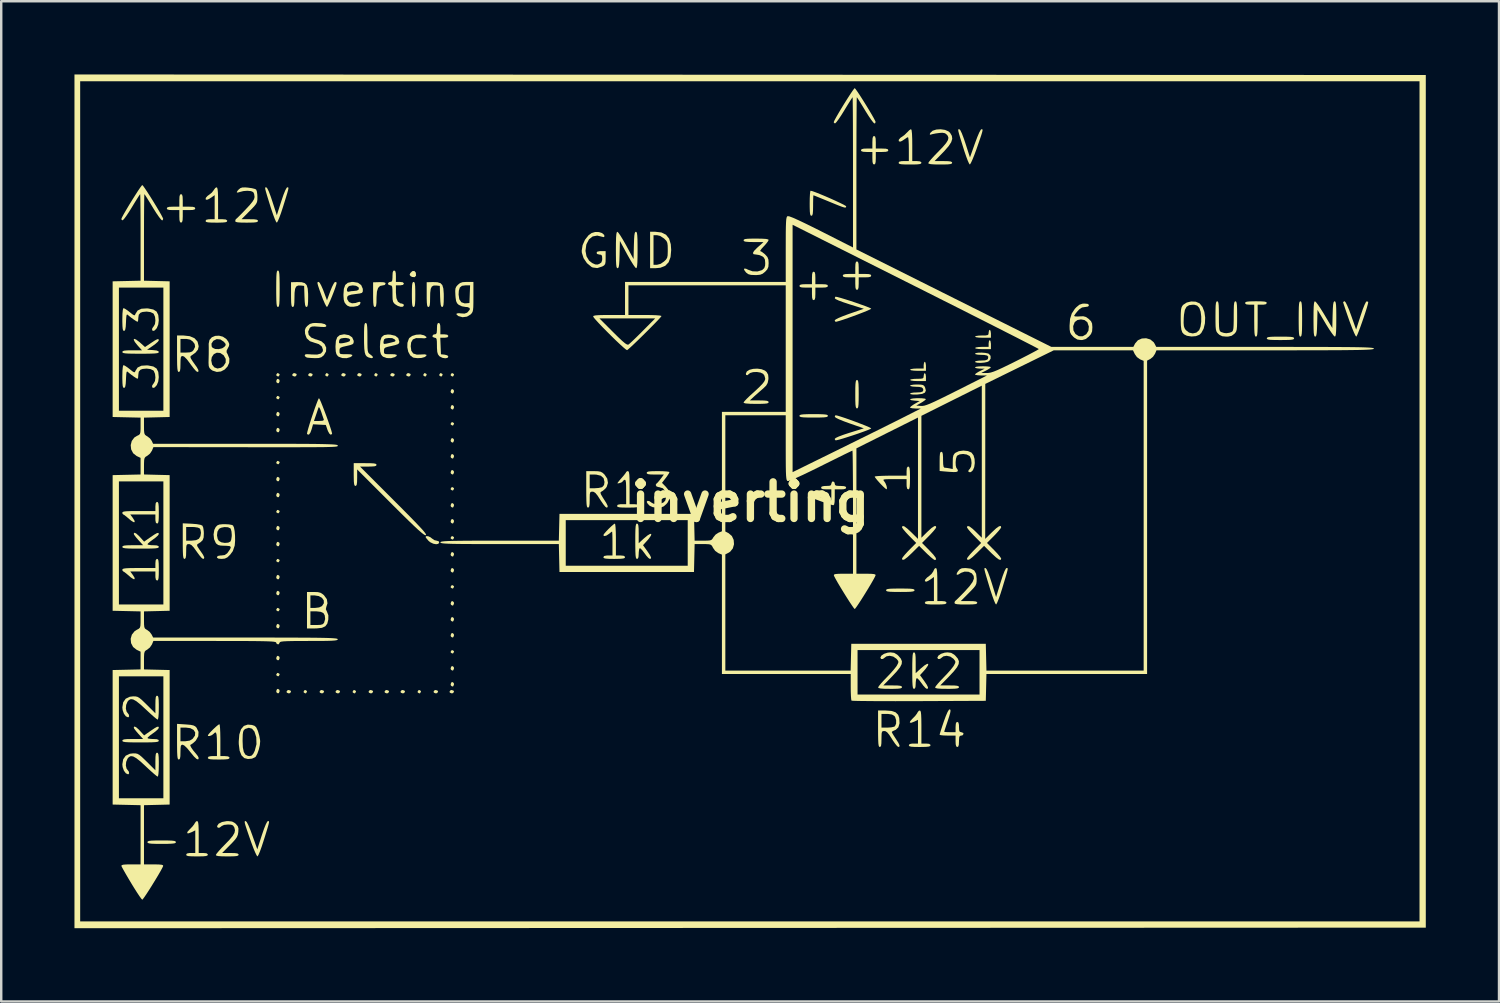
<source format=kicad_pcb>
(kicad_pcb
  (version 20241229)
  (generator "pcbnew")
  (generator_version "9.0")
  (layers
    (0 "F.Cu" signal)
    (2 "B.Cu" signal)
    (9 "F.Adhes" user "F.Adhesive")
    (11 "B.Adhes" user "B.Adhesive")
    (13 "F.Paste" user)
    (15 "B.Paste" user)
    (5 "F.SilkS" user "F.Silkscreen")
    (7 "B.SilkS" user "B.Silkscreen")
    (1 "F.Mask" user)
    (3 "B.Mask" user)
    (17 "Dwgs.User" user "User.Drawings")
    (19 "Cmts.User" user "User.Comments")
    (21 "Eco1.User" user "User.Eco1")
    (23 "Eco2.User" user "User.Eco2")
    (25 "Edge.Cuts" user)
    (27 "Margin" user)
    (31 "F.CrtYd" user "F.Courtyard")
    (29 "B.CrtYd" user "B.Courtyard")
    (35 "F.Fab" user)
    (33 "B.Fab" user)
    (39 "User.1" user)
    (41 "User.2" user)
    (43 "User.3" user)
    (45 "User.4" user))
  (footprint "inverting"
    (layer "F.Cu")
    (at 27.688 17.509)
    (property "Reference" "inverting" (at 0 0 0) (layer "F.SilkS") (effects (font (size 1.5 1.5) (thickness 0.3))))
    (attr board_only exclude_from_pos_files exclude_from_bom)
    (fp_poly (pts (xy -19.296 -5.004) (xy -19.283 -4.949) (xy -19.313 -4.873) (xy -19.353 -4.856) (xy -19.411 -4.895) (xy -19.424 -4.949) (xy -19.394 -5.025) (xy -19.353 -5.043)) (stroke (width 0) (type solid)) (fill yes) (layer "F.SilkS"))
    (fp_poly (pts (xy -19.296 -3.65) (xy -19.283 -3.595) (xy -19.313 -3.519) (xy -19.353 -3.502) (xy -19.411 -3.541) (xy -19.424 -3.595) (xy -19.394 -3.671) (xy -19.353 -3.689)) (stroke (width 0) (type solid)) (fill yes) (layer "F.SilkS"))
    (fp_poly (pts (xy -19.296 -2.996) (xy -19.283 -2.942) (xy -19.313 -2.865) (xy -19.353 -2.848) (xy -19.411 -2.887) (xy -19.424 -2.942) (xy -19.394 -3.018) (xy -19.353 -3.035)) (stroke (width 0) (type solid)) (fill yes) (layer "F.SilkS"))
    (fp_poly (pts (xy -19.296 -0.988) (xy -19.283 -0.934) (xy -19.313 -0.858) (xy -19.353 -0.84) (xy -19.411 -0.879) (xy -19.424 -0.934) (xy -19.394 -1.01) (xy -19.353 -1.027)) (stroke (width 0) (type solid)) (fill yes) (layer "F.SilkS"))
    (fp_poly (pts (xy -19.296 -0.335) (xy -19.283 -0.28) (xy -19.313 -0.204) (xy -19.353 -0.187) (xy -19.411 -0.226) (xy -19.424 -0.28) (xy -19.394 -0.356) (xy -19.353 -0.374)) (stroke (width 0) (type solid)) (fill yes) (layer "F.SilkS"))
    (fp_poly (pts (xy -19.296 1.019) (xy -19.283 1.074) (xy -19.313 1.15) (xy -19.353 1.167) (xy -19.411 1.128) (xy -19.424 1.074) (xy -19.394 0.998) (xy -19.353 0.981)) (stroke (width 0) (type solid)) (fill yes) (layer "F.SilkS"))
    (fp_poly (pts (xy -19.296 1.673) (xy -19.283 1.728) (xy -19.313 1.804) (xy -19.353 1.821) (xy -19.411 1.782) (xy -19.424 1.728) (xy -19.394 1.652) (xy -19.353 1.634)) (stroke (width 0) (type solid)) (fill yes) (layer "F.SilkS"))
    (fp_poly (pts (xy -19.296 3.027) (xy -19.283 3.082) (xy -19.313 3.158) (xy -19.353 3.175) (xy -19.411 3.136) (xy -19.424 3.082) (xy -19.394 3.006) (xy -19.353 2.988)) (stroke (width 0) (type solid)) (fill yes) (layer "F.SilkS"))
    (fp_poly (pts (xy -19.296 3.681) (xy -19.283 3.735) (xy -19.313 3.811) (xy -19.353 3.829) (xy -19.411 3.79) (xy -19.424 3.735) (xy -19.394 3.659) (xy -19.353 3.642)) (stroke (width 0) (type solid)) (fill yes) (layer "F.SilkS"))
    (fp_poly (pts (xy -19.296 5.035) (xy -19.283 5.089) (xy -19.313 5.165) (xy -19.353 5.183) (xy -19.411 5.144) (xy -19.424 5.089) (xy -19.394 5.013) (xy -19.353 4.996)) (stroke (width 0) (type solid)) (fill yes) (layer "F.SilkS"))
    (fp_poly (pts (xy -19.296 6.342) (xy -19.283 6.397) (xy -19.313 6.473) (xy -19.353 6.49) (xy -19.411 6.451) (xy -19.424 6.397) (xy -19.394 6.321) (xy -19.353 6.303)) (stroke (width 0) (type solid)) (fill yes) (layer "F.SilkS"))
    (fp_poly (pts (xy -19.296 7.696) (xy -19.283 7.751) (xy -19.313 7.827) (xy -19.353 7.844) (xy -19.411 7.805) (xy -19.424 7.751) (xy -19.394 7.675) (xy -19.353 7.657)) (stroke (width 0) (type solid)) (fill yes) (layer "F.SilkS"))
    (fp_poly (pts (xy -19.292 -5.239) (xy -19.283 -5.206) (xy -19.321 -5.144) (xy -19.353 -5.136) (xy -19.415 -5.173) (xy -19.424 -5.206) (xy -19.386 -5.268) (xy -19.353 -5.276)) (stroke (width 0) (type solid)) (fill yes) (layer "F.SilkS"))
    (fp_poly (pts (xy -19.292 -4.305) (xy -19.283 -4.272) (xy -19.321 -4.21) (xy -19.353 -4.202) (xy -19.415 -4.24) (xy -19.424 -4.272) (xy -19.386 -4.334) (xy -19.353 -4.342)) (stroke (width 0) (type solid)) (fill yes) (layer "F.SilkS"))
    (fp_poly (pts (xy -19.292 -1.644) (xy -19.283 -1.611) (xy -19.321 -1.549) (xy -19.353 -1.541) (xy -19.415 -1.578) (xy -19.424 -1.611) (xy -19.386 -1.673) (xy -19.353 -1.681)) (stroke (width 0) (type solid)) (fill yes) (layer "F.SilkS"))
    (fp_poly (pts (xy -19.292 0.364) (xy -19.283 0.397) (xy -19.321 0.459) (xy -19.353 0.467) (xy -19.415 0.43) (xy -19.424 0.397) (xy -19.386 0.335) (xy -19.353 0.327)) (stroke (width 0) (type solid)) (fill yes) (layer "F.SilkS"))
    (fp_poly (pts (xy -19.292 2.372) (xy -19.283 2.405) (xy -19.321 2.466) (xy -19.353 2.475) (xy -19.415 2.437) (xy -19.424 2.405) (xy -19.386 2.343) (xy -19.353 2.335)) (stroke (width 0) (type solid)) (fill yes) (layer "F.SilkS"))
    (fp_poly (pts (xy -19.292 4.38) (xy -19.283 4.412) (xy -19.321 4.474) (xy -19.353 4.482) (xy -19.415 4.445) (xy -19.424 4.412) (xy -19.386 4.35) (xy -19.353 4.342)) (stroke (width 0) (type solid)) (fill yes) (layer "F.SilkS"))
    (fp_poly (pts (xy -19.292 7.041) (xy -19.283 7.074) (xy -19.321 7.136) (xy -19.353 7.144) (xy -19.415 7.106) (xy -19.424 7.074) (xy -19.386 7.012) (xy -19.353 7.004)) (stroke (width 0) (type solid)) (fill yes) (layer "F.SilkS"))
    (fp_poly (pts (xy -18.834 7.733) (xy -18.817 7.774) (xy -18.855 7.831) (xy -18.91 7.844) (xy -18.986 7.815) (xy -19.003 7.774) (xy -18.964 7.717) (xy -18.91 7.704)) (stroke (width 0) (type solid)) (fill yes) (layer "F.SilkS"))
    (fp_poly (pts (xy -18.6 -5.247) (xy -18.583 -5.206) (xy -18.622 -5.149) (xy -18.676 -5.136) (xy -18.753 -5.165) (xy -18.77 -5.206) (xy -18.731 -5.263) (xy -18.676 -5.276)) (stroke (width 0) (type solid)) (fill yes) (layer "F.SilkS"))
    (fp_poly (pts (xy -18.171 7.741) (xy -18.163 7.774) (xy -18.2 7.836) (xy -18.233 7.844) (xy -18.295 7.807) (xy -18.303 7.774) (xy -18.266 7.712) (xy -18.233 7.704)) (stroke (width 0) (type solid)) (fill yes) (layer "F.SilkS"))
    (fp_poly (pts (xy -17.947 -5.247) (xy -17.929 -5.206) (xy -17.968 -5.149) (xy -18.023 -5.136) (xy -18.099 -5.165) (xy -18.116 -5.206) (xy -18.077 -5.263) (xy -18.023 -5.276)) (stroke (width 0) (type solid)) (fill yes) (layer "F.SilkS"))
    (fp_poly (pts (xy -17.48 7.733) (xy -17.462 7.774) (xy -17.501 7.831) (xy -17.556 7.844) (xy -17.632 7.815) (xy -17.649 7.774) (xy -17.61 7.717) (xy -17.556 7.704)) (stroke (width 0) (type solid)) (fill yes) (layer "F.SilkS"))
    (fp_poly (pts (xy -17.284 -5.239) (xy -17.276 -5.206) (xy -17.313 -5.144) (xy -17.346 -5.136) (xy -17.408 -5.173) (xy -17.416 -5.206) (xy -17.378 -5.268) (xy -17.346 -5.276)) (stroke (width 0) (type solid)) (fill yes) (layer "F.SilkS"))
    (fp_poly (pts (xy -16.826 7.733) (xy -16.809 7.774) (xy -16.848 7.831) (xy -16.902 7.844) (xy -16.978 7.815) (xy -16.996 7.774) (xy -16.957 7.717) (xy -16.902 7.704)) (stroke (width 0) (type solid)) (fill yes) (layer "F.SilkS"))
    (fp_poly (pts (xy -16.593 -5.247) (xy -16.575 -5.206) (xy -16.614 -5.149) (xy -16.669 -5.136) (xy -16.745 -5.165) (xy -16.762 -5.206) (xy -16.723 -5.263) (xy -16.669 -5.276)) (stroke (width 0) (type solid)) (fill yes) (layer "F.SilkS"))
    (fp_poly (pts (xy -16.163 7.741) (xy -16.155 7.774) (xy -16.193 7.836) (xy -16.225 7.844) (xy -16.287 7.807) (xy -16.295 7.774) (xy -16.258 7.712) (xy -16.225 7.704)) (stroke (width 0) (type solid)) (fill yes) (layer "F.SilkS"))
    (fp_poly (pts (xy -15.939 -5.247) (xy -15.922 -5.206) (xy -15.961 -5.149) (xy -16.015 -5.136) (xy -16.091 -5.165) (xy -16.108 -5.206) (xy -16.07 -5.263) (xy -16.015 -5.276)) (stroke (width 0) (type solid)) (fill yes) (layer "F.SilkS"))
    (fp_poly (pts (xy -15.472 7.733) (xy -15.455 7.774) (xy -15.494 7.831) (xy -15.548 7.844) (xy -15.624 7.815) (xy -15.642 7.774) (xy -15.603 7.717) (xy -15.548 7.704)) (stroke (width 0) (type solid)) (fill yes) (layer "F.SilkS"))
    (fp_poly (pts (xy -15.276 -5.239) (xy -15.268 -5.206) (xy -15.305 -5.144) (xy -15.338 -5.136) (xy -15.4 -5.173) (xy -15.408 -5.206) (xy -15.371 -5.268) (xy -15.338 -5.276)) (stroke (width 0) (type solid)) (fill yes) (layer "F.SilkS"))
    (fp_poly (pts (xy -14.818 7.733) (xy -14.801 7.774) (xy -14.84 7.831) (xy -14.894 7.844) (xy -14.971 7.815) (xy -14.988 7.774) (xy -14.949 7.717) (xy -14.894 7.704)) (stroke (width 0) (type solid)) (fill yes) (layer "F.SilkS"))
    (fp_poly (pts (xy -14.585 -5.247) (xy -14.568 -5.206) (xy -14.607 -5.149) (xy -14.661 -5.136) (xy -14.737 -5.165) (xy -14.754 -5.206) (xy -14.715 -5.263) (xy -14.661 -5.276)) (stroke (width 0) (type solid)) (fill yes) (layer "F.SilkS"))
    (fp_poly (pts (xy -14.165 7.733) (xy -14.147 7.774) (xy -14.186 7.831) (xy -14.241 7.844) (xy -14.317 7.815) (xy -14.334 7.774) (xy -14.295 7.717) (xy -14.241 7.704)) (stroke (width 0) (type solid)) (fill yes) (layer "F.SilkS"))
    (fp_poly (pts (xy -13.931 -5.247) (xy -13.914 -5.206) (xy -13.953 -5.149) (xy -14.007 -5.136) (xy -14.083 -5.165) (xy -14.101 -5.206) (xy -14.062 -5.263) (xy -14.007 -5.276)) (stroke (width 0) (type solid)) (fill yes) (layer "F.SilkS"))
    (fp_poly (pts (xy -13.502 7.741) (xy -13.494 7.774) (xy -13.531 7.836) (xy -13.564 7.844) (xy -13.626 7.807) (xy -13.634 7.774) (xy -13.596 7.712) (xy -13.564 7.704)) (stroke (width 0) (type solid)) (fill yes) (layer "F.SilkS"))
    (fp_poly (pts (xy -13.268 -5.239) (xy -13.26 -5.206) (xy -13.298 -5.144) (xy -13.33 -5.136) (xy -13.392 -5.173) (xy -13.4 -5.206) (xy -13.363 -5.268) (xy -13.33 -5.276)) (stroke (width 0) (type solid)) (fill yes) (layer "F.SilkS"))
    (fp_poly (pts (xy -12.811 7.733) (xy -12.793 7.774) (xy -12.832 7.831) (xy -12.887 7.844) (xy -12.963 7.815) (xy -12.98 7.774) (xy -12.941 7.717) (xy -12.887 7.704)) (stroke (width 0) (type solid)) (fill yes) (layer "F.SilkS"))
    (fp_poly (pts (xy -12.615 -5.239) (xy -12.607 -5.206) (xy -12.644 -5.144) (xy -12.677 -5.136) (xy -12.739 -5.173) (xy -12.747 -5.206) (xy -12.709 -5.268) (xy -12.677 -5.276)) (stroke (width 0) (type solid)) (fill yes) (layer "F.SilkS"))
    (fp_poly (pts (xy -12.157 7.733) (xy -12.14 7.774) (xy -12.179 7.831) (xy -12.233 7.844) (xy -12.309 7.815) (xy -12.326 7.774) (xy -12.288 7.717) (xy -12.233 7.704)) (stroke (width 0) (type solid)) (fill yes) (layer "F.SilkS"))
    (fp_poly (pts (xy -12.153 -4.584) (xy -12.14 -4.529) (xy -12.169 -4.453) (xy -12.21 -4.436) (xy -12.267 -4.475) (xy -12.28 -4.529) (xy -12.251 -4.605) (xy -12.21 -4.622)) (stroke (width 0) (type solid)) (fill yes) (layer "F.SilkS"))
    (fp_poly (pts (xy -12.153 -3.93) (xy -12.14 -3.875) (xy -12.169 -3.799) (xy -12.21 -3.782) (xy -12.267 -3.821) (xy -12.28 -3.875) (xy -12.251 -3.951) (xy -12.21 -3.969)) (stroke (width 0) (type solid)) (fill yes) (layer "F.SilkS"))
    (fp_poly (pts (xy -12.153 -2.576) (xy -12.14 -2.521) (xy -12.169 -2.445) (xy -12.21 -2.428) (xy -12.267 -2.467) (xy -12.28 -2.521) (xy -12.251 -2.597) (xy -12.21 -2.615)) (stroke (width 0) (type solid)) (fill yes) (layer "F.SilkS"))
    (fp_poly (pts (xy -12.153 -1.922) (xy -12.14 -1.868) (xy -12.169 -1.792) (xy -12.21 -1.774) (xy -12.267 -1.813) (xy -12.28 -1.868) (xy -12.251 -1.944) (xy -12.21 -1.961)) (stroke (width 0) (type solid)) (fill yes) (layer "F.SilkS"))
    (fp_poly (pts (xy -12.153 -1.268) (xy -12.14 -1.214) (xy -12.169 -1.138) (xy -12.21 -1.121) (xy -12.267 -1.16) (xy -12.28 -1.214) (xy -12.251 -1.29) (xy -12.21 -1.307)) (stroke (width 0) (type solid)) (fill yes) (layer "F.SilkS"))
    (fp_poly (pts (xy -12.153 0.086) (xy -12.14 0.14) (xy -12.169 0.216) (xy -12.21 0.233) (xy -12.267 0.195) (xy -12.28 0.14) (xy -12.251 0.064) (xy -12.21 0.047)) (stroke (width 0) (type solid)) (fill yes) (layer "F.SilkS"))
    (fp_poly (pts (xy -12.153 0.739) (xy -12.14 0.794) (xy -12.169 0.87) (xy -12.21 0.887) (xy -12.267 0.848) (xy -12.28 0.794) (xy -12.251 0.718) (xy -12.21 0.7)) (stroke (width 0) (type solid)) (fill yes) (layer "F.SilkS"))
    (fp_poly (pts (xy -12.153 2.093) (xy -12.14 2.148) (xy -12.169 2.224) (xy -12.21 2.241) (xy -12.267 2.202) (xy -12.28 2.148) (xy -12.251 2.072) (xy -12.21 2.054)) (stroke (width 0) (type solid)) (fill yes) (layer "F.SilkS"))
    (fp_poly (pts (xy -12.153 2.747) (xy -12.14 2.801) (xy -12.169 2.878) (xy -12.21 2.895) (xy -12.267 2.856) (xy -12.28 2.801) (xy -12.251 2.725) (xy -12.21 2.708)) (stroke (width 0) (type solid)) (fill yes) (layer "F.SilkS"))
    (fp_poly (pts (xy -12.153 4.101) (xy -12.14 4.156) (xy -12.169 4.232) (xy -12.21 4.249) (xy -12.267 4.21) (xy -12.28 4.156) (xy -12.251 4.079) (xy -12.21 4.062)) (stroke (width 0) (type solid)) (fill yes) (layer "F.SilkS"))
    (fp_poly (pts (xy -12.153 4.755) (xy -12.14 4.809) (xy -12.169 4.885) (xy -12.21 4.903) (xy -12.267 4.864) (xy -12.28 4.809) (xy -12.251 4.733) (xy -12.21 4.716)) (stroke (width 0) (type solid)) (fill yes) (layer "F.SilkS"))
    (fp_poly (pts (xy -12.153 5.408) (xy -12.14 5.463) (xy -12.169 5.539) (xy -12.21 5.556) (xy -12.267 5.517) (xy -12.28 5.463) (xy -12.251 5.387) (xy -12.21 5.369)) (stroke (width 0) (type solid)) (fill yes) (layer "F.SilkS"))
    (fp_poly (pts (xy -12.153 6.762) (xy -12.14 6.817) (xy -12.169 6.893) (xy -12.21 6.91) (xy -12.267 6.871) (xy -12.28 6.817) (xy -12.251 6.741) (xy -12.21 6.724)) (stroke (width 0) (type solid)) (fill yes) (layer "F.SilkS"))
    (fp_poly (pts (xy -12.153 7.416) (xy -12.14 7.471) (xy -12.169 7.547) (xy -12.21 7.564) (xy -12.267 7.525) (xy -12.28 7.471) (xy -12.251 7.395) (xy -12.21 7.377)) (stroke (width 0) (type solid)) (fill yes) (layer "F.SilkS"))
    (fp_poly (pts (xy -12.148 -5.239) (xy -12.14 -5.206) (xy -12.177 -5.144) (xy -12.21 -5.136) (xy -12.272 -5.173) (xy -12.28 -5.206) (xy -12.242 -5.268) (xy -12.21 -5.276)) (stroke (width 0) (type solid)) (fill yes) (layer "F.SilkS"))
    (fp_poly (pts (xy -12.148 -3.231) (xy -12.14 -3.198) (xy -12.177 -3.136) (xy -12.21 -3.128) (xy -12.272 -3.166) (xy -12.28 -3.198) (xy -12.242 -3.26) (xy -12.21 -3.268)) (stroke (width 0) (type solid)) (fill yes) (layer "F.SilkS"))
    (fp_poly (pts (xy -12.148 -0.57) (xy -12.14 -0.537) (xy -12.177 -0.475) (xy -12.21 -0.467) (xy -12.272 -0.504) (xy -12.28 -0.537) (xy -12.242 -0.599) (xy -12.21 -0.607)) (stroke (width 0) (type solid)) (fill yes) (layer "F.SilkS"))
    (fp_poly (pts (xy -12.148 1.438) (xy -12.14 1.471) (xy -12.177 1.533) (xy -12.21 1.541) (xy -12.272 1.503) (xy -12.28 1.471) (xy -12.242 1.409) (xy -12.21 1.401)) (stroke (width 0) (type solid)) (fill yes) (layer "F.SilkS"))
    (fp_poly (pts (xy -12.148 3.446) (xy -12.14 3.478) (xy -12.177 3.54) (xy -12.21 3.549) (xy -12.272 3.511) (xy -12.28 3.478) (xy -12.242 3.417) (xy -12.21 3.408)) (stroke (width 0) (type solid)) (fill yes) (layer "F.SilkS"))
    (fp_poly (pts (xy -12.148 6.107) (xy -12.14 6.14) (xy -12.177 6.202) (xy -12.21 6.21) (xy -12.272 6.173) (xy -12.28 6.14) (xy -12.242 6.078) (xy -12.21 6.07)) (stroke (width 0) (type solid)) (fill yes) (layer "F.SilkS"))
    (fp_poly (pts (xy -13.707 -9.394) (xy -13.705 -9.388) (xy -13.696 -9.268) (xy -13.752 -9.206) (xy -13.855 -9.214) (xy -13.914 -9.244) (xy -13.959 -9.3) (xy -13.932 -9.372) (xy -13.85 -9.453) (xy -13.766 -9.461)) (stroke (width 0) (type solid)) (fill yes) (layer "F.SilkS"))
    (fp_poly (pts (xy -13.193 1.408) (xy -13.102 1.451) (xy -13.05 1.494) (xy -12.946 1.566) (xy -12.856 1.587) (xy -12.768 1.613) (xy -12.747 1.658) (xy -12.783 1.717) (xy -12.873 1.734) (xy -12.992 1.711) (xy -13.113 1.653) (xy -13.182 1.597) (xy -13.262 1.505) (xy -13.305 1.441) (xy -13.307 1.433) (xy -13.273 1.4)) (stroke (width 0) (type solid)) (fill yes) (layer "F.SilkS"))
    (fp_poly (pts (xy 7.173 -5.702) (xy 7.189 -5.598) (xy 7.19 -5.556) (xy 7.19 -5.369) (xy 6.864 -5.369) (xy 6.696 -5.376) (xy 6.58 -5.392) (xy 6.537 -5.416) (xy 6.537 -5.416) (xy 6.579 -5.441) (xy 6.69 -5.458) (xy 6.817 -5.463) (xy 7.097 -5.463) (xy 7.097 -5.603) (xy 7.111 -5.701) (xy 7.143 -5.743) (xy 7.144 -5.743)) (stroke (width 0) (type solid)) (fill yes) (layer "F.SilkS"))
    (fp_poly (pts (xy 9.834 -6.589) (xy 9.851 -6.485) (xy 9.852 -6.443) (xy 9.852 -6.257) (xy 9.525 -6.257) (xy 9.357 -6.263) (xy 9.241 -6.279) (xy 9.198 -6.303) (xy 9.198 -6.303) (xy 9.241 -6.328) (xy 9.352 -6.345) (xy 9.478 -6.35) (xy 9.758 -6.35) (xy 9.758 -6.49) (xy 9.772 -6.588) (xy 9.805 -6.63) (xy 9.805 -6.63)) (stroke (width 0) (type solid)) (fill yes) (layer "F.SilkS"))
    (fp_poly (pts (xy -0.012 -17.498) (xy 27.665 -17.486) (xy 27.665 -0.023) (xy 27.665 17.439) (xy -0.012 17.451) (xy -27.688 17.463) (xy -27.688 -0.023) (xy -27.454 -0.023) (xy -27.454 17.182) (xy -0.023 17.182) (xy 27.408 17.182) (xy 27.408 -0.023) (xy 27.408 -17.229) (xy -0.023 -17.229) (xy -27.454 -17.229) (xy -27.454 -0.023) (xy -27.688 -0.023) (xy -27.688 -17.509)) (stroke (width 0) (type solid)) (fill yes) (layer "F.SilkS"))
    (fp_poly (pts (xy 7.175 -5.235) (xy 7.19 -5.134) (xy 7.19 -5.113) (xy 7.19 -4.949) (xy 6.864 -4.949) (xy 6.696 -4.955) (xy 6.58 -4.972) (xy 6.537 -4.996) (xy 6.537 -4.996) (xy 6.579 -5.021) (xy 6.69 -5.038) (xy 6.817 -5.043) (xy 6.972 -5.045) (xy 7.056 -5.059) (xy 7.09 -5.092) (xy 7.097 -5.155) (xy 7.097 -5.159) (xy 7.113 -5.247) (xy 7.144 -5.276)) (stroke (width 0) (type solid)) (fill yes) (layer "F.SilkS"))
    (fp_poly (pts (xy 9.836 -7.009) (xy 9.851 -6.908) (xy 9.852 -6.887) (xy 9.852 -6.724) (xy 9.525 -6.724) (xy 9.357 -6.73) (xy 9.241 -6.746) (xy 9.198 -6.77) (xy 9.198 -6.77) (xy 9.241 -6.795) (xy 9.352 -6.812) (xy 9.478 -6.817) (xy 9.634 -6.819) (xy 9.717 -6.833) (xy 9.752 -6.867) (xy 9.758 -6.93) (xy 9.758 -6.934) (xy 9.774 -7.021) (xy 9.805 -7.05)) (stroke (width 0) (type solid)) (fill yes) (layer "F.SilkS"))
    (fp_poly (pts (xy -13.766 -8.997) (xy -13.745 -8.943) (xy -13.733 -8.835) (xy -13.728 -8.658) (xy -13.727 -8.498) (xy -13.729 -8.268) (xy -13.737 -8.117) (xy -13.751 -8.029) (xy -13.775 -7.99) (xy -13.797 -7.984) (xy -13.829 -7.999) (xy -13.849 -8.053) (xy -13.861 -8.161) (xy -13.866 -8.337) (xy -13.867 -8.498) (xy -13.865 -8.728) (xy -13.858 -8.879) (xy -13.843 -8.967) (xy -13.819 -9.005) (xy -13.797 -9.011)) (stroke (width 0) (type solid)) (fill yes) (layer "F.SilkS"))
    (fp_poly (pts (xy 21.953 -6.768) (xy 22.115 -6.762) (xy 22.213 -6.749) (xy 22.261 -6.728) (xy 22.272 -6.7) (xy 22.258 -6.67) (xy 22.206 -6.65) (xy 22.102 -6.637) (xy 21.933 -6.632) (xy 21.711 -6.63) (xy 21.47 -6.632) (xy 21.307 -6.638) (xy 21.21 -6.651) (xy 21.162 -6.673) (xy 21.151 -6.7) (xy 21.165 -6.73) (xy 21.217 -6.751) (xy 21.32 -6.763) (xy 21.49 -6.769) (xy 21.711 -6.77)) (stroke (width 0) (type solid)) (fill yes) (layer "F.SilkS"))
    (fp_poly (pts (xy -15.043 -9) (xy -14.964 -8.98) (xy -14.941 -8.94) (xy -14.981 -8.885) (xy -15.051 -8.871) (xy -15.171 -8.846) (xy -15.252 -8.764) (xy -15.298 -8.614) (xy -15.314 -8.386) (xy -15.315 -8.342) (xy -15.318 -8.155) (xy -15.331 -8.045) (xy -15.356 -7.993) (xy -15.385 -7.984) (xy -15.416 -7.999) (xy -15.437 -8.053) (xy -15.449 -8.162) (xy -15.454 -8.34) (xy -15.455 -8.49) (xy -15.455 -8.995) (xy -15.198 -9.002)) (stroke (width 0) (type solid)) (fill yes) (layer "F.SilkS"))
    (fp_poly (pts (xy -23.869 13.869) (xy -23.701 13.875) (xy -23.598 13.887) (xy -23.547 13.907) (xy -23.532 13.937) (xy -23.532 13.937) (xy -23.546 13.967) (xy -23.597 13.987) (xy -23.698 13.999) (xy -23.865 14.006) (xy -24.111 14.007) (xy -24.116 14.007) (xy -24.363 14.006) (xy -24.531 14) (xy -24.634 13.987) (xy -24.685 13.967) (xy -24.7 13.938) (xy -24.7 13.937) (xy -24.686 13.908) (xy -24.635 13.887) (xy -24.534 13.875) (xy -24.367 13.869) (xy -24.121 13.867) (xy -24.116 13.867)) (stroke (width 0) (type solid)) (fill yes) (layer "F.SilkS"))
    (fp_poly (pts (xy -19.327 -9.466) (xy -19.308 -9.42) (xy -19.295 -9.329) (xy -19.288 -9.179) (xy -19.284 -8.959) (xy -19.283 -8.731) (xy -19.285 -8.447) (xy -19.289 -8.243) (xy -19.297 -8.108) (xy -19.311 -8.028) (xy -19.332 -7.991) (xy -19.353 -7.984) (xy -19.38 -7.997) (xy -19.399 -8.042) (xy -19.412 -8.133) (xy -19.419 -8.283) (xy -19.423 -8.504) (xy -19.424 -8.731) (xy -19.422 -9.016) (xy -19.418 -9.219) (xy -19.41 -9.354) (xy -19.396 -9.434) (xy -19.375 -9.471) (xy -19.353 -9.478)) (stroke (width 0) (type solid)) (fill yes) (layer "F.SilkS"))
    (fp_poly (pts (xy 2.839 -3.594) (xy 3.007 -3.587) (xy 3.109 -3.575) (xy 3.161 -3.555) (xy 3.175 -3.526) (xy 3.175 -3.525) (xy 3.161 -3.496) (xy 3.111 -3.475) (xy 3.009 -3.463) (xy 2.842 -3.457) (xy 2.597 -3.455) (xy 2.591 -3.455) (xy 2.344 -3.457) (xy 2.176 -3.463) (xy 2.074 -3.475) (xy 2.022 -3.495) (xy 2.008 -3.525) (xy 2.008 -3.525) (xy 2.021 -3.555) (xy 2.072 -3.575) (xy 2.174 -3.587) (xy 2.341 -3.594) (xy 2.586 -3.595) (xy 2.591 -3.595)) (stroke (width 0) (type solid)) (fill yes) (layer "F.SilkS"))
    (fp_poly (pts (xy 4.395 -4.982) (xy 4.415 -4.931) (xy 4.428 -4.83) (xy 4.434 -4.663) (xy 4.436 -4.417) (xy 4.436 -4.412) (xy 4.434 -4.165) (xy 4.428 -3.997) (xy 4.416 -3.894) (xy 4.396 -3.843) (xy 4.366 -3.829) (xy 4.366 -3.829) (xy 4.336 -3.842) (xy 4.316 -3.893) (xy 4.303 -3.995) (xy 4.297 -4.161) (xy 4.296 -4.407) (xy 4.296 -4.412) (xy 4.297 -4.66) (xy 4.303 -4.827) (xy 4.316 -4.93) (xy 4.336 -4.982) (xy 4.365 -4.996) (xy 4.366 -4.996)) (stroke (width 0) (type solid)) (fill yes) (layer "F.SilkS"))
    (fp_poly (pts (xy 6.387 3.55) (xy 6.555 3.556) (xy 6.658 3.568) (xy 6.709 3.588) (xy 6.724 3.618) (xy 6.724 3.619) (xy 6.71 3.648) (xy 6.659 3.668) (xy 6.557 3.681) (xy 6.391 3.687) (xy 6.145 3.689) (xy 6.14 3.689) (xy 5.893 3.687) (xy 5.725 3.681) (xy 5.622 3.669) (xy 5.571 3.649) (xy 5.556 3.619) (xy 5.556 3.619) (xy 5.57 3.589) (xy 5.621 3.569) (xy 5.722 3.556) (xy 5.889 3.55) (xy 6.135 3.549) (xy 6.14 3.549)) (stroke (width 0) (type solid)) (fill yes) (layer "F.SilkS"))
    (fp_poly (pts (xy 22.556 -8.205) (xy 22.575 -8.159) (xy 22.587 -8.066) (xy 22.595 -7.915) (xy 22.598 -7.691) (xy 22.599 -7.494) (xy 22.597 -7.215) (xy 22.593 -7.016) (xy 22.584 -6.885) (xy 22.569 -6.809) (xy 22.548 -6.776) (xy 22.528 -6.77) (xy 22.501 -6.783) (xy 22.482 -6.829) (xy 22.47 -6.921) (xy 22.462 -7.073) (xy 22.459 -7.297) (xy 22.458 -7.494) (xy 22.46 -7.773) (xy 22.464 -7.972) (xy 22.473 -8.103) (xy 22.488 -8.179) (xy 22.509 -8.212) (xy 22.528 -8.218)) (stroke (width 0) (type solid)) (fill yes) (layer "F.SilkS"))
    (fp_poly (pts (xy 6.977 -4.805) (xy 7.069 -4.788) (xy 7.122 -4.747) (xy 7.154 -4.689) (xy 7.187 -4.563) (xy 7.15 -4.477) (xy 7.035 -4.424) (xy 6.835 -4.399) (xy 6.824 -4.398) (xy 6.655 -4.398) (xy 6.557 -4.414) (xy 6.537 -4.433) (xy 6.58 -4.462) (xy 6.693 -4.479) (xy 6.791 -4.482) (xy 6.965 -4.491) (xy 7.058 -4.523) (xy 7.084 -4.583) (xy 7.069 -4.642) (xy 7.022 -4.688) (xy 6.916 -4.711) (xy 6.789 -4.716) (xy 6.65 -4.724) (xy 6.558 -4.744) (xy 6.537 -4.763) (xy 6.579 -4.787) (xy 6.691 -4.804) (xy 6.818 -4.809)) (stroke (width 0) (type solid)) (fill yes) (layer "F.SilkS"))
    (fp_poly (pts (xy 9.619 -6.104) (xy 9.732 -6.081) (xy 9.762 -6.068) (xy 9.838 -5.983) (xy 9.84 -5.87) (xy 9.778 -5.77) (xy 9.702 -5.732) (xy 9.578 -5.707) (xy 9.437 -5.695) (xy 9.308 -5.698) (xy 9.22 -5.718) (xy 9.198 -5.743) (xy 9.24 -5.769) (xy 9.349 -5.786) (xy 9.45 -5.79) (xy 9.612 -5.798) (xy 9.701 -5.827) (xy 9.73 -5.864) (xy 9.743 -5.947) (xy 9.695 -5.997) (xy 9.575 -6.02) (xy 9.452 -6.023) (xy 9.312 -6.031) (xy 9.22 -6.051) (xy 9.198 -6.07) (xy 9.239 -6.098) (xy 9.343 -6.113) (xy 9.48 -6.115)) (stroke (width 0) (type solid)) (fill yes) (layer "F.SilkS"))
    (fp_poly (pts (xy -15.729 -7.317) (xy -15.709 -7.267) (xy -15.697 -7.167) (xy -15.69 -7.003) (xy -15.688 -6.762) (xy -15.688 -6.725) (xy -15.688 -6.477) (xy -15.684 -6.305) (xy -15.674 -6.194) (xy -15.655 -6.124) (xy -15.624 -6.081) (xy -15.578 -6.046) (xy -15.572 -6.042) (xy -15.475 -5.959) (xy -15.463 -5.903) (xy -15.528 -5.887) (xy -15.642 -5.918) (xy -15.713 -5.957) (xy -15.763 -6.019) (xy -15.796 -6.12) (xy -15.816 -6.274) (xy -15.825 -6.496) (xy -15.827 -6.712) (xy -15.826 -6.967) (xy -15.821 -7.143) (xy -15.81 -7.253) (xy -15.792 -7.311) (xy -15.765 -7.33) (xy -15.758 -7.331)) (stroke (width 0) (type solid)) (fill yes) (layer "F.SilkS"))
    (fp_poly (pts (xy -16.953 -8.99) (xy -16.948 -8.976) (xy -16.963 -8.902) (xy -17.005 -8.771) (xy -17.066 -8.605) (xy -17.137 -8.424) (xy -17.209 -8.251) (xy -17.274 -8.105) (xy -17.323 -8.01) (xy -17.346 -7.984) (xy -17.381 -8.025) (xy -17.438 -8.137) (xy -17.509 -8.301) (xy -17.571 -8.463) (xy -17.653 -8.69) (xy -17.705 -8.844) (xy -17.731 -8.939) (xy -17.734 -8.989) (xy -17.716 -9.008) (xy -17.683 -9.011) (xy -17.641 -8.971) (xy -17.58 -8.861) (xy -17.511 -8.705) (xy -17.484 -8.635) (xy -17.344 -8.259) (xy -17.207 -8.635) (xy -17.138 -8.805) (xy -17.073 -8.935) (xy -17.023 -9.005) (xy -17.009 -9.011)) (stroke (width 0) (type solid)) (fill yes) (layer "F.SilkS"))
    (fp_poly (pts (xy -13.37 -6.825) (xy -13.361 -6.821) (xy -13.273 -6.759) (xy -13.274 -6.718) (xy -13.357 -6.701) (xy -13.494 -6.709) (xy -13.695 -6.71) (xy -13.827 -6.654) (xy -13.897 -6.532) (xy -13.914 -6.373) (xy -13.89 -6.192) (xy -13.811 -6.08) (xy -13.669 -6.033) (xy -13.494 -6.038) (xy -13.343 -6.045) (xy -13.269 -6.025) (xy -13.276 -5.983) (xy -13.351 -5.931) (xy -13.474 -5.897) (xy -13.637 -5.888) (xy -13.788 -5.906) (xy -13.821 -5.916) (xy -13.935 -6.003) (xy -14.015 -6.15) (xy -14.054 -6.33) (xy -14.049 -6.516) (xy -13.992 -6.68) (xy -13.967 -6.717) (xy -13.856 -6.798) (xy -13.693 -6.848) (xy -13.518 -6.859)) (stroke (width 0) (type solid)) (fill yes) (layer "F.SilkS"))
    (fp_poly (pts (xy -23.28 -12.584) (xy -23.258 -12.503) (xy -23.252 -12.35) (xy -23.252 -12.093) (xy -22.995 -12.093) (xy -22.841 -12.087) (xy -22.761 -12.065) (xy -22.739 -12.023) (xy -22.762 -11.981) (xy -22.843 -11.959) (xy -22.995 -11.953) (xy -23.252 -11.953) (xy -23.252 -11.696) (xy -23.258 -11.541) (xy -23.281 -11.462) (xy -23.322 -11.439) (xy -23.364 -11.462) (xy -23.386 -11.543) (xy -23.392 -11.696) (xy -23.392 -11.953) (xy -23.649 -11.953) (xy -23.804 -11.959) (xy -23.884 -11.981) (xy -23.906 -12.023) (xy -23.883 -12.065) (xy -23.802 -12.087) (xy -23.649 -12.093) (xy -23.392 -12.093) (xy -23.392 -12.35) (xy -23.386 -12.505) (xy -23.364 -12.584) (xy -23.322 -12.607)) (stroke (width 0) (type solid)) (fill yes) (layer "F.SilkS"))
    (fp_poly (pts (xy 2.634 -9.409) (xy 2.655 -9.328) (xy 2.661 -9.175) (xy 2.661 -8.918) (xy 2.918 -8.918) (xy 3.073 -8.912) (xy 3.153 -8.89) (xy 3.175 -8.848) (xy 3.152 -8.806) (xy 3.071 -8.784) (xy 2.918 -8.778) (xy 2.661 -8.778) (xy 2.661 -8.521) (xy 2.655 -8.366) (xy 2.633 -8.287) (xy 2.591 -8.264) (xy 2.549 -8.287) (xy 2.527 -8.368) (xy 2.521 -8.521) (xy 2.521 -8.778) (xy 2.265 -8.778) (xy 2.11 -8.784) (xy 2.03 -8.806) (xy 2.008 -8.848) (xy 2.031 -8.89) (xy 2.112 -8.912) (xy 2.265 -8.918) (xy 2.521 -8.918) (xy 2.521 -9.175) (xy 2.528 -9.33) (xy 2.55 -9.409) (xy 2.591 -9.432)) (stroke (width 0) (type solid)) (fill yes) (layer "F.SilkS"))
    (fp_poly (pts (xy 4.408 -9.829) (xy 4.43 -9.748) (xy 4.436 -9.595) (xy 4.436 -9.338) (xy 4.692 -9.338) (xy 4.847 -9.332) (xy 4.927 -9.31) (xy 4.949 -9.268) (xy 4.926 -9.226) (xy 4.845 -9.204) (xy 4.692 -9.198) (xy 4.436 -9.198) (xy 4.436 -8.941) (xy 4.429 -8.786) (xy 4.407 -8.707) (xy 4.366 -8.685) (xy 4.323 -8.708) (xy 4.302 -8.789) (xy 4.296 -8.941) (xy 4.296 -9.198) (xy 4.039 -9.198) (xy 3.884 -9.204) (xy 3.804 -9.227) (xy 3.782 -9.268) (xy 3.805 -9.31) (xy 3.886 -9.332) (xy 4.039 -9.338) (xy 4.296 -9.338) (xy 4.296 -9.595) (xy 4.302 -9.75) (xy 4.324 -9.83) (xy 4.366 -9.852)) (stroke (width 0) (type solid)) (fill yes) (layer "F.SilkS"))
    (fp_poly (pts (xy 5.108 -14.965) (xy 5.13 -14.884) (xy 5.136 -14.731) (xy 5.136 -14.474) (xy 5.393 -14.474) (xy 5.548 -14.468) (xy 5.627 -14.446) (xy 5.65 -14.404) (xy 5.627 -14.362) (xy 5.546 -14.34) (xy 5.393 -14.334) (xy 5.136 -14.334) (xy 5.136 -14.077) (xy 5.13 -13.923) (xy 5.108 -13.843) (xy 5.066 -13.821) (xy 5.024 -13.844) (xy 5.002 -13.925) (xy 4.996 -14.077) (xy 4.996 -14.334) (xy 4.763 -14.334) (xy 4.616 -14.342) (xy 4.544 -14.368) (xy 4.529 -14.404) (xy 4.554 -14.448) (xy 4.641 -14.47) (xy 4.763 -14.474) (xy 4.996 -14.474) (xy 4.996 -14.731) (xy 5.002 -14.886) (xy 5.024 -14.966) (xy 5.066 -14.988)) (stroke (width 0) (type solid)) (fill yes) (layer "F.SilkS"))
    (fp_poly (pts (xy 20.919 -8.215) (xy 21.053 -8.206) (xy 21.125 -8.188) (xy 21.15 -8.158) (xy 21.151 -8.148) (xy 21.12 -8.099) (xy 21.018 -8.079) (xy 20.964 -8.078) (xy 20.778 -8.078) (xy 20.778 -7.424) (xy 20.776 -7.16) (xy 20.771 -6.977) (xy 20.761 -6.86) (xy 20.744 -6.796) (xy 20.719 -6.772) (xy 20.708 -6.77) (xy 20.679 -6.783) (xy 20.66 -6.831) (xy 20.647 -6.928) (xy 20.64 -7.087) (xy 20.638 -7.32) (xy 20.637 -7.424) (xy 20.637 -8.078) (xy 20.451 -8.078) (xy 20.321 -8.089) (xy 20.267 -8.127) (xy 20.264 -8.148) (xy 20.28 -8.181) (xy 20.338 -8.202) (xy 20.454 -8.213) (xy 20.643 -8.217) (xy 20.708 -8.218)) (stroke (width 0) (type solid)) (fill yes) (layer "F.SilkS"))
    (fp_poly (pts (xy -18.378 -8.999) (xy -18.253 -8.961) (xy -18.175 -8.879) (xy -18.133 -8.737) (xy -18.117 -8.523) (xy -18.116 -8.404) (xy -18.119 -8.198) (xy -18.129 -8.07) (xy -18.15 -8.004) (xy -18.182 -7.984) (xy -18.184 -7.984) (xy -18.218 -8.003) (xy -18.241 -8.071) (xy -18.256 -8.202) (xy -18.266 -8.411) (xy -18.266 -8.416) (xy -18.28 -8.848) (xy -18.411 -8.863) (xy -18.528 -8.863) (xy -18.606 -8.822) (xy -18.651 -8.727) (xy -18.672 -8.563) (xy -18.676 -8.375) (xy -18.68 -8.179) (xy -18.691 -8.059) (xy -18.713 -7.999) (xy -18.747 -7.984) (xy -18.778 -7.999) (xy -18.799 -8.053) (xy -18.811 -8.162) (xy -18.816 -8.339) (xy -18.817 -8.492) (xy -18.817 -8.999) (xy -18.56 -9.005)) (stroke (width 0) (type solid)) (fill yes) (layer "F.SilkS"))
    (fp_poly (pts (xy -12.822 -8.999) (xy -12.697 -8.961) (xy -12.619 -8.879) (xy -12.577 -8.737) (xy -12.561 -8.523) (xy -12.56 -8.404) (xy -12.563 -8.198) (xy -12.573 -8.07) (xy -12.593 -8.004) (xy -12.626 -7.984) (xy -12.628 -7.984) (xy -12.662 -8.003) (xy -12.685 -8.071) (xy -12.7 -8.202) (xy -12.71 -8.411) (xy -12.71 -8.416) (xy -12.723 -8.848) (xy -12.855 -8.863) (xy -12.972 -8.863) (xy -13.049 -8.822) (xy -13.095 -8.727) (xy -13.116 -8.563) (xy -13.12 -8.375) (xy -13.123 -8.179) (xy -13.134 -8.059) (xy -13.157 -7.999) (xy -13.19 -7.984) (xy -13.222 -7.999) (xy -13.242 -8.053) (xy -13.254 -8.162) (xy -13.26 -8.339) (xy -13.26 -8.492) (xy -13.26 -8.999) (xy -13.003 -9.005)) (stroke (width 0) (type solid)) (fill yes) (layer "F.SilkS"))
    (fp_poly (pts (xy -3.644 -11.036) (xy -3.457 -10.944) (xy -3.331 -10.786) (xy -3.262 -10.556) (xy -3.245 -10.319) (xy -3.271 -10.03) (xy -3.351 -9.815) (xy -3.49 -9.67) (xy -3.69 -9.591) (xy -3.896 -9.572) (xy -4.109 -9.572) (xy -4.109 -10.319) (xy -3.969 -10.319) (xy -3.969 -9.712) (xy -3.829 -9.712) (xy -3.675 -9.753) (xy -3.538 -9.848) (xy -3.458 -9.925) (xy -3.412 -9.998) (xy -3.391 -10.094) (xy -3.386 -10.244) (xy -3.385 -10.319) (xy -3.388 -10.496) (xy -3.403 -10.609) (xy -3.438 -10.687) (xy -3.505 -10.759) (xy -3.538 -10.79) (xy -3.698 -10.895) (xy -3.829 -10.926) (xy -3.969 -10.926) (xy -3.969 -10.319) (xy -4.109 -10.319) (xy -4.109 -11.066) (xy -3.896 -11.066)) (stroke (width 0) (type solid)) (fill yes) (layer "F.SilkS"))
    (fp_poly (pts (xy 25.302 -8.196) (xy 25.307 -8.183) (xy 25.293 -8.107) (xy 25.255 -7.969) (xy 25.198 -7.786) (xy 25.129 -7.577) (xy 25.054 -7.36) (xy 24.98 -7.153) (xy 24.912 -6.974) (xy 24.858 -6.842) (xy 24.823 -6.775) (xy 24.817 -6.77) (xy 24.784 -6.812) (xy 24.728 -6.927) (xy 24.655 -7.101) (xy 24.572 -7.318) (xy 24.521 -7.459) (xy 24.438 -7.697) (xy 24.367 -7.904) (xy 24.314 -8.064) (xy 24.283 -8.161) (xy 24.279 -8.183) (xy 24.317 -8.215) (xy 24.341 -8.218) (xy 24.381 -8.175) (xy 24.442 -8.055) (xy 24.52 -7.871) (xy 24.606 -7.639) (xy 24.811 -7.06) (xy 24.998 -7.639) (xy 25.081 -7.883) (xy 25.154 -8.068) (xy 25.211 -8.183) (xy 25.246 -8.218)) (stroke (width 0) (type solid)) (fill yes) (layer "F.SilkS"))
    (fp_poly (pts (xy 3.563 -3.535) (xy 3.699 -3.494) (xy 3.881 -3.434) (xy 4.091 -3.36) (xy 4.311 -3.28) (xy 4.523 -3.199) (xy 4.71 -3.126) (xy 4.853 -3.065) (xy 4.936 -3.024) (xy 4.949 -3.012) (xy 4.908 -2.985) (xy 4.795 -2.938) (xy 4.628 -2.876) (xy 4.427 -2.804) (xy 4.207 -2.73) (xy 3.989 -2.659) (xy 3.789 -2.596) (xy 3.626 -2.549) (xy 3.517 -2.524) (xy 3.49 -2.521) (xy 3.458 -2.559) (xy 3.455 -2.582) (xy 3.499 -2.622) (xy 3.623 -2.68) (xy 3.818 -2.753) (xy 4.05 -2.829) (xy 4.646 -3.014) (xy 4.05 -3.221) (xy 3.812 -3.308) (xy 3.625 -3.385) (xy 3.502 -3.446) (xy 3.455 -3.487) (xy 3.455 -3.488) (xy 3.477 -3.544) (xy 3.49 -3.549)) (stroke (width 0) (type solid)) (fill yes) (layer "F.SilkS"))
    (fp_poly (pts (xy 3.566 -8.392) (xy 3.706 -8.354) (xy 3.89 -8.298) (xy 4.102 -8.231) (xy 4.323 -8.157) (xy 4.535 -8.083) (xy 4.721 -8.016) (xy 4.861 -7.961) (xy 4.939 -7.924) (xy 4.949 -7.914) (xy 4.908 -7.887) (xy 4.796 -7.836) (xy 4.631 -7.769) (xy 4.431 -7.691) (xy 4.213 -7.61) (xy 3.995 -7.532) (xy 3.796 -7.463) (xy 3.632 -7.411) (xy 3.522 -7.381) (xy 3.49 -7.376) (xy 3.458 -7.415) (xy 3.455 -7.438) (xy 3.498 -7.477) (xy 3.617 -7.537) (xy 3.802 -7.614) (xy 4.038 -7.701) (xy 4.05 -7.705) (xy 4.646 -7.911) (xy 4.05 -8.097) (xy 3.799 -8.18) (xy 3.61 -8.251) (xy 3.492 -8.308) (xy 3.455 -8.343) (xy 3.477 -8.4) (xy 3.49 -8.405)) (stroke (width 0) (type solid)) (fill yes) (layer "F.SilkS"))
    (fp_poly (pts (xy -19.736 13.075) (xy -19.721 13.085) (xy -19.718 13.118) (xy -19.731 13.185) (xy -19.761 13.297) (xy -19.812 13.467) (xy -19.886 13.707) (xy -19.948 13.902) (xy -20.021 14.126) (xy -20.089 14.314) (xy -20.146 14.449) (xy -20.185 14.517) (xy -20.193 14.521) (xy -20.226 14.479) (xy -20.282 14.365) (xy -20.354 14.194) (xy -20.434 13.981) (xy -20.462 13.902) (xy -20.563 13.613) (xy -20.635 13.401) (xy -20.683 13.253) (xy -20.709 13.158) (xy -20.716 13.104) (xy -20.707 13.08) (xy -20.685 13.074) (xy -20.673 13.074) (xy -20.629 13.117) (xy -20.564 13.243) (xy -20.481 13.443) (xy -20.404 13.652) (xy -20.199 14.231) (xy -20.013 13.652) (xy -19.923 13.39) (xy -19.848 13.203) (xy -19.791 13.096) (xy -19.762 13.074)) (stroke (width 0) (type solid)) (fill yes) (layer "F.SilkS"))
    (fp_poly (pts (xy -18.943 -12.886) (xy -18.927 -12.875) (xy -18.924 -12.842) (xy -18.937 -12.776) (xy -18.967 -12.664) (xy -19.018 -12.495) (xy -19.092 -12.256) (xy -19.154 -12.058) (xy -19.227 -11.834) (xy -19.296 -11.646) (xy -19.353 -11.511) (xy -19.392 -11.444) (xy -19.4 -11.439) (xy -19.433 -11.481) (xy -19.485 -11.597) (xy -19.55 -11.77) (xy -19.623 -11.984) (xy -19.647 -12.058) (xy -19.737 -12.348) (xy -19.803 -12.562) (xy -19.846 -12.71) (xy -19.87 -12.804) (xy -19.877 -12.857) (xy -19.869 -12.881) (xy -19.85 -12.887) (xy -19.832 -12.887) (xy -19.789 -12.842) (xy -19.726 -12.713) (xy -19.647 -12.504) (xy -19.584 -12.315) (xy -19.399 -11.743) (xy -19.216 -12.315) (xy -19.127 -12.579) (xy -19.052 -12.764) (xy -18.995 -12.867) (xy -18.968 -12.887)) (stroke (width 0) (type solid)) (fill yes) (layer "F.SilkS"))
    (fp_poly (pts (xy 9.493 -15.265) (xy 9.508 -15.25) (xy 9.508 -15.209) (xy 9.49 -15.133) (xy 9.452 -15.008) (xy 9.389 -14.823) (xy 9.3 -14.566) (xy 9.256 -14.439) (xy 9.174 -14.217) (xy 9.099 -14.03) (xy 9.037 -13.894) (xy 8.996 -13.826) (xy 8.987 -13.821) (xy 8.955 -13.863) (xy 8.903 -13.978) (xy 8.838 -14.151) (xy 8.765 -14.365) (xy 8.742 -14.439) (xy 8.651 -14.73) (xy 8.585 -14.943) (xy 8.542 -15.091) (xy 8.518 -15.185) (xy 8.512 -15.238) (xy 8.519 -15.262) (xy 8.539 -15.268) (xy 8.556 -15.268) (xy 8.599 -15.224) (xy 8.662 -15.094) (xy 8.741 -14.885) (xy 8.807 -14.689) (xy 8.993 -14.11) (xy 9.198 -14.689) (xy 9.293 -14.943) (xy 9.372 -15.129) (xy 9.434 -15.24) (xy 9.467 -15.268)) (stroke (width 0) (type solid)) (fill yes) (layer "F.SilkS"))
    (fp_poly (pts (xy 9.63 2.708) (xy 9.673 2.753) (xy 9.734 2.884) (xy 9.812 3.098) (xy 9.879 3.303) (xy 10.064 3.898) (xy 10.246 3.303) (xy 10.336 3.026) (xy 10.41 2.833) (xy 10.466 2.728) (xy 10.494 2.708) (xy 10.519 2.708) (xy 10.535 2.717) (xy 10.539 2.746) (xy 10.529 2.808) (xy 10.502 2.914) (xy 10.455 3.076) (xy 10.385 3.306) (xy 10.316 3.537) (xy 10.242 3.77) (xy 10.173 3.967) (xy 10.115 4.113) (xy 10.074 4.192) (xy 10.062 4.202) (xy 10.031 4.16) (xy 9.98 4.043) (xy 9.916 3.868) (xy 9.843 3.65) (xy 9.808 3.537) (xy 9.72 3.246) (xy 9.656 3.032) (xy 9.614 2.884) (xy 9.591 2.79) (xy 9.584 2.737) (xy 9.591 2.714) (xy 9.61 2.708)) (stroke (width 0) (type solid)) (fill yes) (layer "F.SilkS"))
    (fp_poly (pts (xy -24.269 0.016) (xy -24.248 0.074) (xy -24.237 0.19) (xy -24.233 0.379) (xy -24.233 0.444) (xy -24.235 0.655) (xy -24.244 0.789) (xy -24.263 0.861) (xy -24.293 0.886) (xy -24.303 0.887) (xy -24.351 0.856) (xy -24.372 0.754) (xy -24.373 0.7) (xy -24.373 0.514) (xy -24.888 0.514) (xy -25.403 0.514) (xy -25.303 0.649) (xy -25.228 0.769) (xy -25.221 0.829) (xy -25.273 0.827) (xy -25.377 0.76) (xy -25.445 0.702) (xy -25.562 0.602) (xy -25.652 0.533) (xy -25.69 0.514) (xy -25.723 0.476) (xy -25.727 0.444) (xy -25.714 0.416) (xy -25.667 0.396) (xy -25.571 0.384) (xy -25.415 0.377) (xy -25.185 0.374) (xy -25.05 0.374) (xy -24.373 0.374) (xy -24.373 0.187) (xy -24.361 0.057) (xy -24.323 0.003) (xy -24.303 0)) (stroke (width 0) (type solid)) (fill yes) (layer "F.SilkS"))
    (fp_poly (pts (xy -24.269 2.35) (xy -24.248 2.408) (xy -24.237 2.524) (xy -24.233 2.714) (xy -24.233 2.778) (xy -24.235 2.99) (xy -24.244 3.123) (xy -24.263 3.195) (xy -24.293 3.221) (xy -24.303 3.222) (xy -24.351 3.191) (xy -24.372 3.089) (xy -24.373 3.035) (xy -24.373 2.848) (xy -24.888 2.848) (xy -25.403 2.848) (xy -25.303 2.984) (xy -25.228 3.103) (xy -25.221 3.164) (xy -25.273 3.162) (xy -25.377 3.094) (xy -25.445 3.036) (xy -25.562 2.936) (xy -25.652 2.868) (xy -25.69 2.848) (xy -25.723 2.81) (xy -25.727 2.778) (xy -25.714 2.75) (xy -25.667 2.731) (xy -25.571 2.718) (xy -25.415 2.711) (xy -25.185 2.708) (xy -25.05 2.708) (xy -24.373 2.708) (xy -24.373 2.521) (xy -24.361 2.391) (xy -24.323 2.338) (xy -24.303 2.335)) (stroke (width 0) (type solid)) (fill yes) (layer "F.SilkS"))
    (fp_poly (pts (xy -22.638 13.089) (xy -22.619 13.143) (xy -22.607 13.25) (xy -22.601 13.421) (xy -22.599 13.67) (xy -22.599 13.727) (xy -22.599 14.381) (xy -22.412 14.381) (xy -22.282 14.392) (xy -22.228 14.431) (xy -22.225 14.451) (xy -22.241 14.484) (xy -22.299 14.505) (xy -22.415 14.517) (xy -22.604 14.521) (xy -22.669 14.521) (xy -22.88 14.518) (xy -23.014 14.509) (xy -23.086 14.491) (xy -23.111 14.461) (xy -23.112 14.451) (xy -23.081 14.402) (xy -22.979 14.382) (xy -22.925 14.381) (xy -22.739 14.381) (xy -22.739 13.918) (xy -22.739 13.454) (xy -22.879 13.524) (xy -23.011 13.576) (xy -23.072 13.57) (xy -23.057 13.511) (xy -22.963 13.407) (xy -22.958 13.403) (xy -22.852 13.294) (xy -22.777 13.195) (xy -22.76 13.16) (xy -22.707 13.088) (xy -22.665 13.074)) (stroke (width 0) (type solid)) (fill yes) (layer "F.SilkS"))
    (fp_poly (pts (xy 6.964 8.56) (xy 6.982 8.613) (xy 6.994 8.718) (xy 7.001 8.887) (xy 7.004 9.133) (xy 7.004 9.222) (xy 7.004 9.899) (xy 7.19 9.899) (xy 7.32 9.91) (xy 7.374 9.948) (xy 7.377 9.969) (xy 7.361 10.002) (xy 7.303 10.023) (xy 7.187 10.034) (xy 6.998 10.038) (xy 6.934 10.039) (xy 6.722 10.036) (xy 6.588 10.027) (xy 6.517 10.009) (xy 6.491 9.979) (xy 6.49 9.969) (xy 6.521 9.92) (xy 6.623 9.9) (xy 6.677 9.899) (xy 6.864 9.899) (xy 6.864 9.412) (xy 6.864 8.925) (xy 6.723 8.995) (xy 6.591 9.047) (xy 6.53 9.041) (xy 6.545 8.982) (xy 6.639 8.878) (xy 6.644 8.874) (xy 6.751 8.765) (xy 6.825 8.666) (xy 6.842 8.631) (xy 6.895 8.559) (xy 6.937 8.544)) (stroke (width 0) (type solid)) (fill yes) (layer "F.SilkS"))
    (fp_poly (pts (xy -21.842 -12.868) (xy -21.824 -12.802) (xy -21.812 -12.678) (xy -21.806 -12.484) (xy -21.805 -12.233) (xy -21.805 -11.579) (xy -21.618 -11.579) (xy -21.488 -11.568) (xy -21.435 -11.53) (xy -21.431 -11.509) (xy -21.447 -11.476) (xy -21.505 -11.455) (xy -21.621 -11.444) (xy -21.81 -11.439) (xy -21.875 -11.439) (xy -22.086 -11.442) (xy -22.22 -11.451) (xy -22.292 -11.469) (xy -22.317 -11.499) (xy -22.318 -11.509) (xy -22.288 -11.558) (xy -22.185 -11.578) (xy -22.132 -11.579) (xy -21.945 -11.579) (xy -21.945 -12.073) (xy -21.945 -12.566) (xy -22.08 -12.47) (xy -22.185 -12.405) (xy -22.261 -12.374) (xy -22.267 -12.373) (xy -22.318 -12.398) (xy -22.304 -12.459) (xy -22.236 -12.535) (xy -22.175 -12.578) (xy -22.062 -12.668) (xy -21.983 -12.77) (xy -21.981 -12.774) (xy -21.921 -12.859) (xy -21.867 -12.887)) (stroke (width 0) (type solid)) (fill yes) (layer "F.SilkS"))
    (fp_poly (pts (xy -25.162 -6.65) (xy -25.025 -6.547) (xy -24.983 -6.51) (xy -24.798 -6.344) (xy -24.551 -6.51) (xy -24.394 -6.613) (xy -24.298 -6.663) (xy -24.249 -6.667) (xy -24.233 -6.629) (xy -24.233 -6.618) (xy -24.269 -6.563) (xy -24.363 -6.479) (xy -24.473 -6.397) (xy -24.714 -6.233) (xy -24.473 -6.219) (xy -24.318 -6.201) (xy -24.244 -6.167) (xy -24.233 -6.137) (xy -24.247 -6.112) (xy -24.297 -6.093) (xy -24.395 -6.081) (xy -24.555 -6.074) (xy -24.787 -6.07) (xy -24.98 -6.07) (xy -25.264 -6.071) (xy -25.468 -6.075) (xy -25.603 -6.084) (xy -25.683 -6.098) (xy -25.72 -6.119) (xy -25.727 -6.14) (xy -25.71 -6.175) (xy -25.649 -6.196) (xy -25.527 -6.207) (xy -25.328 -6.21) (xy -25.325 -6.21) (xy -24.922 -6.21) (xy -25.091 -6.397) (xy -25.213 -6.548) (xy -25.261 -6.644) (xy -25.243 -6.68)) (stroke (width 0) (type solid)) (fill yes) (layer "F.SilkS"))
    (fp_poly (pts (xy 2.535 -12.73) (xy 2.669 -12.682) (xy 2.848 -12.611) (xy 3.055 -12.525) (xy 3.272 -12.431) (xy 3.483 -12.336) (xy 3.67 -12.248) (xy 3.817 -12.176) (xy 3.904 -12.125) (xy 3.922 -12.107) (xy 3.918 -12.074) (xy 3.897 -12.057) (xy 3.848 -12.06) (xy 3.757 -12.087) (xy 3.614 -12.141) (xy 3.404 -12.226) (xy 3.217 -12.303) (xy 2.996 -12.394) (xy 2.807 -12.471) (xy 2.667 -12.528) (xy 2.591 -12.557) (xy 2.582 -12.56) (xy 2.576 -12.517) (xy 2.571 -12.401) (xy 2.568 -12.233) (xy 2.568 -12.14) (xy 2.565 -11.935) (xy 2.555 -11.807) (xy 2.535 -11.741) (xy 2.503 -11.72) (xy 2.498 -11.719) (xy 2.467 -11.734) (xy 2.446 -11.788) (xy 2.434 -11.896) (xy 2.429 -12.073) (xy 2.428 -12.233) (xy 2.431 -12.44) (xy 2.439 -12.606) (xy 2.451 -12.715) (xy 2.463 -12.747)) (stroke (width 0) (type solid)) (fill yes) (layer "F.SilkS"))
    (fp_poly (pts (xy 7.619 2.725) (xy 7.637 2.783) (xy 7.649 2.895) (xy 7.655 3.073) (xy 7.657 3.33) (xy 7.657 3.385) (xy 7.657 4.062) (xy 7.844 4.062) (xy 7.974 4.074) (xy 8.027 4.112) (xy 8.031 4.132) (xy 8.015 4.166) (xy 7.957 4.187) (xy 7.841 4.198) (xy 7.652 4.202) (xy 7.587 4.202) (xy 7.376 4.2) (xy 7.242 4.191) (xy 7.17 4.172) (xy 7.145 4.142) (xy 7.144 4.132) (xy 7.175 4.083) (xy 7.277 4.063) (xy 7.331 4.062) (xy 7.517 4.062) (xy 7.517 3.569) (xy 7.517 3.075) (xy 7.382 3.172) (xy 7.277 3.237) (xy 7.201 3.268) (xy 7.195 3.268) (xy 7.144 3.244) (xy 7.16 3.182) (xy 7.234 3.1) (xy 7.307 3.047) (xy 7.418 2.951) (xy 7.49 2.847) (xy 7.498 2.825) (xy 7.542 2.737) (xy 7.592 2.708)) (stroke (width 0) (type solid)) (fill yes) (layer "F.SilkS"))
    (fp_poly (pts (xy -21.736 9.149) (xy -21.724 9.269) (xy -21.716 9.45) (xy -21.712 9.674) (xy -21.711 9.758) (xy -21.711 10.412) (xy -21.525 10.412) (xy -21.395 10.424) (xy -21.341 10.462) (xy -21.338 10.482) (xy -21.354 10.516) (xy -21.412 10.537) (xy -21.528 10.548) (xy -21.717 10.552) (xy -21.781 10.552) (xy -21.993 10.55) (xy -22.127 10.541) (xy -22.199 10.522) (xy -22.224 10.492) (xy -22.225 10.482) (xy -22.194 10.433) (xy -22.092 10.413) (xy -22.038 10.412) (xy -21.851 10.412) (xy -21.851 9.922) (xy -21.855 9.684) (xy -21.867 9.53) (xy -21.891 9.453) (xy -21.929 9.443) (xy -21.983 9.492) (xy -21.987 9.497) (xy -22.06 9.554) (xy -22.146 9.588) (xy -22.211 9.588) (xy -22.225 9.567) (xy -22.193 9.514) (xy -22.112 9.422) (xy -22.005 9.314) (xy -21.894 9.21) (xy -21.801 9.133) (xy -21.75 9.105)) (stroke (width 0) (type solid)) (fill yes) (layer "F.SilkS"))
    (fp_poly (pts (xy -15.564 -1.585) (xy -15.424 -1.577) (xy -15.347 -1.56) (xy -15.317 -1.532) (xy -15.315 -1.517) (xy -15.333 -1.48) (xy -15.401 -1.458) (xy -15.535 -1.449) (xy -15.653 -1.447) (xy -15.991 -1.447) (xy -14.598 -0.053) (xy -14.25 0.295) (xy -13.964 0.584) (xy -13.736 0.818) (xy -13.56 1.003) (xy -13.431 1.143) (xy -13.346 1.244) (xy -13.298 1.311) (xy -13.284 1.35) (xy -13.297 1.365) (xy -13.334 1.358) (xy -13.397 1.32) (xy -13.491 1.245) (xy -13.621 1.131) (xy -13.793 0.97) (xy -14.013 0.758) (xy -14.284 0.492) (xy -14.614 0.164) (xy -14.749 0.029) (xy -16.108 -1.33) (xy -16.108 -0.992) (xy -16.112 -0.811) (xy -16.126 -0.706) (xy -16.154 -0.66) (xy -16.178 -0.654) (xy -16.211 -0.669) (xy -16.232 -0.726) (xy -16.244 -0.839) (xy -16.248 -1.023) (xy -16.249 -1.121) (xy -16.249 -1.587) (xy -15.782 -1.587)) (stroke (width 0) (type solid)) (fill yes) (layer "F.SilkS"))
    (fp_poly (pts (xy -12.726 -7.306) (xy -12.704 -7.219) (xy -12.7 -7.097) (xy -12.7 -6.864) (xy -12.537 -6.864) (xy -12.416 -6.848) (xy -12.373 -6.8) (xy -12.373 -6.794) (xy -12.408 -6.742) (xy -12.52 -6.724) (xy -12.539 -6.724) (xy -12.704 -6.724) (xy -12.69 -6.385) (xy -12.677 -6.047) (xy -12.525 -6.032) (xy -12.411 -6.002) (xy -12.373 -5.95) (xy -12.41 -5.898) (xy -12.501 -5.883) (xy -12.615 -5.902) (xy -12.72 -5.954) (xy -12.747 -5.976) (xy -12.799 -6.048) (xy -12.828 -6.147) (xy -12.839 -6.302) (xy -12.84 -6.397) (xy -12.843 -6.568) (xy -12.854 -6.667) (xy -12.88 -6.712) (xy -12.926 -6.723) (xy -12.933 -6.724) (xy -13.01 -6.753) (xy -13.027 -6.794) (xy -12.988 -6.851) (xy -12.933 -6.864) (xy -12.877 -6.876) (xy -12.85 -6.928) (xy -12.84 -7.043) (xy -12.84 -7.097) (xy -12.833 -7.244) (xy -12.807 -7.316) (xy -12.77 -7.331)) (stroke (width 0) (type solid)) (fill yes) (layer "F.SilkS"))
    (fp_poly (pts (xy -5.536 0.931) (xy -5.523 1.052) (xy -5.514 1.232) (xy -5.51 1.456) (xy -5.51 1.541) (xy -5.51 2.194) (xy -5.323 2.194) (xy -5.193 2.206) (xy -5.139 2.244) (xy -5.136 2.265) (xy -5.152 2.298) (xy -5.21 2.319) (xy -5.326 2.33) (xy -5.515 2.334) (xy -5.58 2.335) (xy -5.791 2.332) (xy -5.925 2.323) (xy -5.997 2.305) (xy -6.022 2.275) (xy -6.023 2.265) (xy -5.992 2.216) (xy -5.89 2.196) (xy -5.836 2.194) (xy -5.65 2.194) (xy -5.65 1.704) (xy -5.651 1.503) (xy -5.655 1.342) (xy -5.661 1.24) (xy -5.666 1.214) (xy -5.709 1.241) (xy -5.789 1.307) (xy -5.79 1.307) (xy -5.894 1.377) (xy -5.979 1.4) (xy -6.022 1.371) (xy -6.023 1.36) (xy -5.992 1.307) (xy -5.912 1.214) (xy -5.806 1.103) (xy -5.695 0.997) (xy -5.603 0.918) (xy -5.55 0.887)) (stroke (width 0) (type solid)) (fill yes) (layer "F.SilkS"))
    (fp_poly (pts (xy -4.611 0.904) (xy -4.59 0.965) (xy -4.579 1.087) (xy -4.576 1.285) (xy -4.576 1.29) (xy -4.576 1.693) (xy -4.367 1.5) (xy -4.211 1.371) (xy -4.107 1.31) (xy -4.059 1.314) (xy -4.074 1.38) (xy -4.158 1.502) (xy -4.23 1.587) (xy -4.399 1.773) (xy -4.23 2.007) (xy -4.121 2.169) (xy -4.071 2.271) (xy -4.077 2.323) (xy -4.12 2.334) (xy -4.176 2.298) (xy -4.261 2.205) (xy -4.337 2.102) (xy -4.427 1.984) (xy -4.5 1.909) (xy -4.536 1.895) (xy -4.56 1.953) (xy -4.574 2.069) (xy -4.576 2.127) (xy -4.585 2.265) (xy -4.617 2.327) (xy -4.646 2.335) (xy -4.673 2.322) (xy -4.692 2.276) (xy -4.705 2.183) (xy -4.712 2.032) (xy -4.715 1.808) (xy -4.716 1.611) (xy -4.715 1.332) (xy -4.71 1.133) (xy -4.701 1.002) (xy -4.686 0.926) (xy -4.665 0.892) (xy -4.646 0.887)) (stroke (width 0) (type solid)) (fill yes) (layer "F.SilkS"))
    (fp_poly (pts (xy 6.603 -15.222) (xy 6.619 -15.084) (xy 6.628 -14.856) (xy 6.63 -14.614) (xy 6.63 -13.961) (xy 6.817 -13.961) (xy 6.947 -13.949) (xy 7 -13.911) (xy 7.004 -13.891) (xy 6.988 -13.858) (xy 6.932 -13.837) (xy 6.819 -13.825) (xy 6.634 -13.821) (xy 6.537 -13.821) (xy 6.319 -13.823) (xy 6.179 -13.831) (xy 6.102 -13.848) (xy 6.072 -13.876) (xy 6.07 -13.891) (xy 6.097 -13.937) (xy 6.191 -13.958) (xy 6.28 -13.961) (xy 6.49 -13.961) (xy 6.49 -14.451) (xy 6.487 -14.652) (xy 6.479 -14.813) (xy 6.466 -14.915) (xy 6.455 -14.94) (xy 6.397 -14.913) (xy 6.306 -14.85) (xy 6.303 -14.848) (xy 6.204 -14.783) (xy 6.128 -14.755) (xy 6.074 -14.78) (xy 6.081 -14.841) (xy 6.143 -14.912) (xy 6.191 -14.944) (xy 6.307 -15.026) (xy 6.419 -15.136) (xy 6.422 -15.138) (xy 6.506 -15.224) (xy 6.573 -15.267) (xy 6.58 -15.268)) (stroke (width 0) (type solid)) (fill yes) (layer "F.SilkS"))
    (fp_poly (pts (xy 6.734 6.179) (xy 6.755 6.239) (xy 6.767 6.357) (xy 6.77 6.55) (xy 6.77 6.589) (xy 6.77 7.016) (xy 6.979 6.823) (xy 7.135 6.694) (xy 7.239 6.633) (xy 7.287 6.637) (xy 7.272 6.702) (xy 7.188 6.825) (xy 7.116 6.91) (xy 6.947 7.096) (xy 7.116 7.33) (xy 7.225 7.492) (xy 7.275 7.594) (xy 7.269 7.646) (xy 7.225 7.657) (xy 7.17 7.621) (xy 7.085 7.528) (xy 7.009 7.425) (xy 6.919 7.306) (xy 6.846 7.232) (xy 6.81 7.218) (xy 6.786 7.276) (xy 6.772 7.392) (xy 6.77 7.45) (xy 6.761 7.587) (xy 6.729 7.649) (xy 6.7 7.657) (xy 6.674 7.645) (xy 6.654 7.599) (xy 6.642 7.508) (xy 6.634 7.359) (xy 6.631 7.138) (xy 6.63 6.91) (xy 6.631 6.626) (xy 6.636 6.423) (xy 6.644 6.287) (xy 6.658 6.207) (xy 6.679 6.17) (xy 6.7 6.163)) (stroke (width 0) (type solid)) (fill yes) (layer "F.SilkS"))
    (fp_poly (pts (xy -14.547 -9.453) (xy -14.525 -9.367) (xy -14.521 -9.245) (xy -14.521 -9.011) (xy -14.358 -9.011) (xy -14.237 -8.996) (xy -14.194 -8.948) (xy -14.194 -8.941) (xy -14.23 -8.89) (xy -14.343 -8.871) (xy -14.358 -8.871) (xy -14.521 -8.871) (xy -14.521 -8.575) (xy -14.501 -8.348) (xy -14.44 -8.202) (xy -14.336 -8.132) (xy -14.272 -8.124) (xy -14.205 -8.09) (xy -14.194 -8.054) (xy -14.23 -7.998) (xy -14.319 -7.99) (xy -14.438 -8.026) (xy -14.533 -8.083) (xy -14.599 -8.139) (xy -14.637 -8.203) (xy -14.656 -8.298) (xy -14.661 -8.453) (xy -14.661 -8.525) (xy -14.663 -8.703) (xy -14.674 -8.807) (xy -14.697 -8.856) (xy -14.739 -8.871) (xy -14.754 -8.871) (xy -14.83 -8.901) (xy -14.848 -8.941) (xy -14.809 -8.998) (xy -14.754 -9.011) (xy -14.698 -9.024) (xy -14.67 -9.076) (xy -14.661 -9.191) (xy -14.661 -9.245) (xy -14.654 -9.392) (xy -14.628 -9.463) (xy -14.591 -9.478)) (stroke (width 0) (type solid)) (fill yes) (layer "F.SilkS"))
    (fp_poly (pts (xy 6.499 -1.432) (xy 6.52 -1.375) (xy 6.532 -1.262) (xy 6.536 -1.078) (xy 6.537 -0.981) (xy 6.534 -0.763) (xy 6.526 -0.623) (xy 6.509 -0.546) (xy 6.481 -0.516) (xy 6.467 -0.514) (xy 6.421 -0.541) (xy 6.4 -0.635) (xy 6.397 -0.724) (xy 6.397 -0.934) (xy 5.899 -0.934) (xy 5.68 -0.933) (xy 5.541 -0.928) (xy 5.468 -0.918) (xy 5.446 -0.898) (xy 5.463 -0.867) (xy 5.475 -0.852) (xy 5.531 -0.766) (xy 5.574 -0.661) (xy 5.594 -0.569) (xy 5.583 -0.519) (xy 5.573 -0.518) (xy 5.523 -0.552) (xy 5.431 -0.637) (xy 5.316 -0.755) (xy 5.311 -0.76) (xy 5.201 -0.884) (xy 5.121 -0.982) (xy 5.089 -1.035) (xy 5.089 -1.036) (xy 5.133 -1.05) (xy 5.254 -1.061) (xy 5.434 -1.069) (xy 5.658 -1.074) (xy 5.743 -1.074) (xy 6.397 -1.074) (xy 6.397 -1.261) (xy 6.408 -1.391) (xy 6.447 -1.444) (xy 6.467 -1.447)) (stroke (width 0) (type solid)) (fill yes) (layer "F.SilkS"))
    (fp_poly (pts (xy -25.163 1.291) (xy -25.049 1.392) (xy -25 1.444) (xy -24.835 1.628) (xy -24.573 1.444) (xy -24.409 1.334) (xy -24.307 1.277) (xy -24.252 1.269) (xy -24.233 1.305) (xy -24.233 1.319) (xy -24.269 1.375) (xy -24.362 1.459) (xy -24.466 1.536) (xy -24.59 1.627) (xy -24.674 1.7) (xy -24.7 1.735) (xy -24.658 1.757) (xy -24.55 1.772) (xy -24.466 1.774) (xy -24.319 1.782) (xy -24.248 1.808) (xy -24.233 1.844) (xy -24.245 1.871) (xy -24.291 1.89) (xy -24.382 1.903) (xy -24.532 1.91) (xy -24.752 1.914) (xy -24.98 1.914) (xy -25.264 1.913) (xy -25.468 1.909) (xy -25.603 1.9) (xy -25.683 1.886) (xy -25.72 1.866) (xy -25.727 1.844) (xy -25.711 1.81) (xy -25.651 1.789) (xy -25.533 1.778) (xy -25.34 1.774) (xy -25.301 1.774) (xy -24.875 1.774) (xy -25.067 1.565) (xy -25.169 1.447) (xy -25.239 1.352) (xy -25.26 1.308) (xy -25.235 1.262)) (stroke (width 0) (type solid)) (fill yes) (layer "F.SilkS"))
    (fp_poly (pts (xy -25.163 9.228) (xy -25.049 9.329) (xy -25 9.382) (xy -24.835 9.565) (xy -24.573 9.382) (xy -24.409 9.271) (xy -24.307 9.214) (xy -24.252 9.206) (xy -24.233 9.242) (xy -24.233 9.257) (xy -24.269 9.312) (xy -24.362 9.397) (xy -24.466 9.474) (xy -24.59 9.564) (xy -24.674 9.637) (xy -24.7 9.672) (xy -24.658 9.695) (xy -24.55 9.709) (xy -24.466 9.712) (xy -24.319 9.719) (xy -24.248 9.745) (xy -24.233 9.782) (xy -24.245 9.808) (xy -24.291 9.828) (xy -24.382 9.84) (xy -24.532 9.848) (xy -24.752 9.851) (xy -24.98 9.852) (xy -25.264 9.851) (xy -25.468 9.846) (xy -25.603 9.838) (xy -25.683 9.824) (xy -25.72 9.803) (xy -25.727 9.782) (xy -25.711 9.748) (xy -25.651 9.727) (xy -25.533 9.715) (xy -25.34 9.712) (xy -25.301 9.712) (xy -24.875 9.712) (xy -25.067 9.503) (xy -25.169 9.384) (xy -25.239 9.29) (xy -25.26 9.246) (xy -25.235 9.199)) (stroke (width 0) (type solid)) (fill yes) (layer "F.SilkS"))
    (fp_poly (pts (xy -4.991 -1.248) (xy -4.972 -1.2) (xy -4.959 -1.105) (xy -4.952 -0.949) (xy -4.95 -0.719) (xy -4.949 -0.584) (xy -4.949 0.093) (xy -4.763 0.093) (xy -4.633 0.105) (xy -4.579 0.143) (xy -4.576 0.163) (xy -4.592 0.197) (xy -4.65 0.218) (xy -4.766 0.229) (xy -4.955 0.233) (xy -5.019 0.233) (xy -5.231 0.231) (xy -5.365 0.222) (xy -5.436 0.203) (xy -5.462 0.174) (xy -5.463 0.163) (xy -5.432 0.115) (xy -5.33 0.095) (xy -5.276 0.093) (xy -5.089 0.093) (xy -5.089 -0.419) (xy -5.091 -0.645) (xy -5.097 -0.792) (xy -5.111 -0.874) (xy -5.133 -0.906) (xy -5.159 -0.904) (xy -5.221 -0.861) (xy -5.229 -0.841) (xy -5.267 -0.806) (xy -5.349 -0.773) (xy -5.426 -0.758) (xy -5.448 -0.764) (xy -5.426 -0.802) (xy -5.357 -0.888) (xy -5.275 -0.982) (xy -5.176 -1.097) (xy -5.108 -1.187) (xy -5.089 -1.224) (xy -5.051 -1.257) (xy -5.019 -1.261)) (stroke (width 0) (type solid)) (fill yes) (layer "F.SilkS"))
    (fp_poly (pts (xy -4.665 -11.053) (xy -4.646 -11.004) (xy -4.634 -10.909) (xy -4.626 -10.754) (xy -4.623 -10.526) (xy -4.622 -10.319) (xy -4.624 -10.023) (xy -4.63 -9.81) (xy -4.641 -9.67) (xy -4.658 -9.595) (xy -4.681 -9.572) (xy -4.723 -9.611) (xy -4.799 -9.718) (xy -4.898 -9.877) (xy -5.011 -10.074) (xy -5.043 -10.131) (xy -5.346 -10.69) (xy -5.359 -10.131) (xy -5.367 -9.888) (xy -5.378 -9.724) (xy -5.394 -9.626) (xy -5.418 -9.58) (xy -5.441 -9.572) (xy -5.467 -9.585) (xy -5.486 -9.633) (xy -5.498 -9.729) (xy -5.506 -9.884) (xy -5.509 -10.111) (xy -5.51 -10.319) (xy -5.508 -10.615) (xy -5.502 -10.828) (xy -5.491 -10.967) (xy -5.474 -11.043) (xy -5.451 -11.066) (xy -5.409 -11.027) (xy -5.333 -10.92) (xy -5.234 -10.76) (xy -5.121 -10.563) (xy -5.089 -10.506) (xy -4.786 -9.947) (xy -4.773 -10.506) (xy -4.765 -10.75) (xy -4.754 -10.913) (xy -4.738 -11.011) (xy -4.714 -11.057) (xy -4.691 -11.066)) (stroke (width 0) (type solid)) (fill yes) (layer "F.SilkS"))
    (fp_poly (pts (xy 7.972 -15.238) (xy 8.119 -15.174) (xy 8.18 -15.117) (xy 8.251 -14.996) (xy 8.268 -14.873) (xy 8.226 -14.737) (xy 8.12 -14.574) (xy 7.946 -14.374) (xy 7.852 -14.276) (xy 7.543 -13.961) (xy 7.904 -13.961) (xy 8.092 -13.957) (xy 8.203 -13.945) (xy 8.255 -13.919) (xy 8.264 -13.891) (xy 8.249 -13.859) (xy 8.194 -13.838) (xy 8.084 -13.826) (xy 7.903 -13.821) (xy 7.774 -13.821) (xy 7.539 -13.824) (xy 7.386 -13.835) (xy 7.306 -13.854) (xy 7.285 -13.879) (xy 7.317 -13.933) (xy 7.403 -14.037) (xy 7.53 -14.176) (xy 7.683 -14.334) (xy 7.882 -14.54) (xy 8.016 -14.697) (xy 8.09 -14.818) (xy 8.111 -14.913) (xy 8.084 -14.994) (xy 8.049 -15.04) (xy 7.972 -15.101) (xy 7.868 -15.121) (xy 7.752 -15.114) (xy 7.595 -15.093) (xy 7.46 -15.066) (xy 7.43 -15.057) (xy 7.354 -15.039) (xy 7.349 -15.071) (xy 7.372 -15.119) (xy 7.466 -15.205) (xy 7.617 -15.253) (xy 7.795 -15.264)) (stroke (width 0) (type solid)) (fill yes) (layer "F.SilkS"))
    (fp_poly (pts (xy 23.957 -8.204) (xy 23.976 -8.155) (xy 23.989 -8.059) (xy 23.996 -7.901) (xy 23.999 -7.67) (xy 23.999 -7.494) (xy 23.997 -7.205) (xy 23.991 -6.998) (xy 23.98 -6.864) (xy 23.963 -6.792) (xy 23.94 -6.77) (xy 23.895 -6.808) (xy 23.815 -6.913) (xy 23.709 -7.069) (xy 23.588 -7.261) (xy 23.555 -7.318) (xy 23.229 -7.865) (xy 23.216 -7.318) (xy 23.208 -7.077) (xy 23.197 -6.917) (xy 23.18 -6.821) (xy 23.156 -6.778) (xy 23.134 -6.77) (xy 23.107 -6.784) (xy 23.089 -6.833) (xy 23.076 -6.929) (xy 23.069 -7.087) (xy 23.066 -7.317) (xy 23.065 -7.494) (xy 23.067 -7.783) (xy 23.073 -7.989) (xy 23.084 -8.124) (xy 23.101 -8.196) (xy 23.125 -8.218) (xy 23.169 -8.18) (xy 23.25 -8.075) (xy 23.355 -7.919) (xy 23.476 -7.726) (xy 23.51 -7.67) (xy 23.836 -7.122) (xy 23.849 -7.67) (xy 23.857 -7.91) (xy 23.868 -8.071) (xy 23.885 -8.167) (xy 23.909 -8.21) (xy 23.931 -8.218)) (stroke (width 0) (type solid)) (fill yes) (layer "F.SilkS"))
    (fp_poly (pts (xy -20.417 9.137) (xy -20.312 9.172) (xy -20.244 9.233) (xy -20.189 9.347) (xy -20.166 9.409) (xy -20.117 9.58) (xy -20.086 9.747) (xy -20.081 9.809) (xy -20.095 9.96) (xy -20.135 10.136) (xy -20.192 10.301) (xy -20.255 10.423) (xy -20.283 10.456) (xy -20.417 10.517) (xy -20.583 10.531) (xy -20.731 10.494) (xy -20.847 10.382) (xy -20.923 10.189) (xy -20.957 9.922) (xy -20.959 9.828) (xy -20.957 9.796) (xy -20.801 9.796) (xy -20.79 10.059) (xy -20.752 10.242) (xy -20.685 10.354) (xy -20.581 10.406) (xy -20.511 10.412) (xy -20.432 10.392) (xy -20.366 10.32) (xy -20.303 10.195) (xy -20.232 9.925) (xy -20.241 9.641) (xy -20.315 9.408) (xy -20.414 9.29) (xy -20.547 9.252) (xy -20.691 9.298) (xy -20.707 9.309) (xy -20.753 9.353) (xy -20.78 9.42) (xy -20.795 9.53) (xy -20.8 9.703) (xy -20.801 9.796) (xy -20.957 9.796) (xy -20.936 9.53) (xy -20.866 9.313) (xy -20.75 9.176) (xy -20.588 9.121)) (stroke (width 0) (type solid)) (fill yes) (layer "F.SilkS"))
    (fp_poly (pts (xy -6.209 -11.054) (xy -6.078 -11.013) (xy -5.993 -10.94) (xy -5.976 -10.881) (xy -6.008 -10.845) (xy -6.058 -10.857) (xy -6.274 -10.909) (xy -6.461 -10.874) (xy -6.611 -10.757) (xy -6.713 -10.563) (xy -6.723 -10.531) (xy -6.756 -10.284) (xy -6.715 -10.062) (xy -6.607 -9.882) (xy -6.481 -9.784) (xy -6.357 -9.728) (xy -6.265 -9.722) (xy -6.191 -9.748) (xy -6.105 -9.809) (xy -6.072 -9.906) (xy -6.07 -9.968) (xy -6.078 -10.079) (xy -6.117 -10.124) (xy -6.187 -10.132) (xy -6.28 -10.156) (xy -6.303 -10.202) (xy -6.272 -10.251) (xy -6.17 -10.271) (xy -6.117 -10.272) (xy -5.93 -10.272) (xy -5.93 -9.993) (xy -5.933 -9.835) (xy -5.951 -9.742) (xy -5.995 -9.686) (xy -6.068 -9.643) (xy -6.272 -9.578) (xy -6.459 -9.602) (xy -6.513 -9.628) (xy -6.696 -9.78) (xy -6.833 -9.983) (xy -6.904 -10.206) (xy -6.91 -10.288) (xy -6.874 -10.518) (xy -6.775 -10.739) (xy -6.631 -10.921) (xy -6.505 -11.013) (xy -6.36 -11.056)) (stroke (width 0) (type solid)) (fill yes) (layer "F.SilkS"))
    (fp_poly (pts (xy -24.271 7.953) (xy -24.25 8.008) (xy -24.238 8.118) (xy -24.233 8.299) (xy -24.233 8.428) (xy -24.237 8.652) (xy -24.249 8.815) (xy -24.267 8.905) (xy -24.279 8.918) (xy -24.329 8.887) (xy -24.431 8.804) (xy -24.572 8.679) (xy -24.737 8.526) (xy -24.767 8.498) (xy -24.985 8.298) (xy -25.153 8.164) (xy -25.281 8.092) (xy -25.379 8.078) (xy -25.459 8.118) (xy -25.514 8.181) (xy -25.57 8.314) (xy -25.583 8.464) (xy -25.553 8.591) (xy -25.517 8.638) (xy -25.461 8.713) (xy -25.449 8.787) (xy -25.485 8.824) (xy -25.492 8.825) (xy -25.583 8.782) (xy -25.663 8.674) (xy -25.715 8.526) (xy -25.727 8.417) (xy -25.692 8.207) (xy -25.589 8.061) (xy -25.421 7.981) (xy -25.288 7.965) (xy -25.19 7.967) (xy -25.11 7.984) (xy -25.03 8.028) (xy -24.93 8.11) (xy -24.791 8.244) (xy -24.724 8.31) (xy -24.373 8.659) (xy -24.373 8.298) (xy -24.369 8.11) (xy -24.357 7.999) (xy -24.332 7.947) (xy -24.303 7.938)) (stroke (width 0) (type solid)) (fill yes) (layer "F.SilkS"))
    (fp_poly (pts (xy -24.271 10.287) (xy -24.25 10.342) (xy -24.238 10.453) (xy -24.233 10.633) (xy -24.233 10.762) (xy -24.237 10.987) (xy -24.249 11.15) (xy -24.267 11.239) (xy -24.279 11.253) (xy -24.329 11.222) (xy -24.431 11.138) (xy -24.572 11.014) (xy -24.737 10.861) (xy -24.767 10.832) (xy -24.985 10.632) (xy -25.153 10.499) (xy -25.281 10.427) (xy -25.379 10.413) (xy -25.459 10.452) (xy -25.514 10.516) (xy -25.57 10.649) (xy -25.583 10.798) (xy -25.553 10.926) (xy -25.517 10.972) (xy -25.461 11.047) (xy -25.449 11.121) (xy -25.485 11.159) (xy -25.492 11.159) (xy -25.583 11.117) (xy -25.663 11.009) (xy -25.715 10.861) (xy -25.727 10.751) (xy -25.692 10.542) (xy -25.589 10.396) (xy -25.421 10.316) (xy -25.288 10.3) (xy -25.19 10.301) (xy -25.11 10.318) (xy -25.03 10.362) (xy -24.93 10.445) (xy -24.791 10.578) (xy -24.724 10.644) (xy -24.373 10.993) (xy -24.373 10.633) (xy -24.369 10.445) (xy -24.357 10.333) (xy -24.332 10.282) (xy -24.303 10.272)) (stroke (width 0) (type solid)) (fill yes) (layer "F.SilkS"))
    (fp_poly (pts (xy 5.889 6.183) (xy 6.013 6.257) (xy 6.066 6.307) (xy 6.161 6.419) (xy 6.206 6.526) (xy 6.197 6.64) (xy 6.129 6.774) (xy 5.997 6.941) (xy 5.799 7.153) (xy 5.774 7.179) (xy 5.442 7.517) (xy 5.826 7.517) (xy 6.021 7.52) (xy 6.139 7.532) (xy 6.196 7.555) (xy 6.21 7.587) (xy 6.195 7.619) (xy 6.14 7.64) (xy 6.029 7.652) (xy 5.849 7.657) (xy 5.72 7.657) (xy 5.485 7.654) (xy 5.332 7.643) (xy 5.251 7.624) (xy 5.231 7.599) (xy 5.263 7.543) (xy 5.347 7.439) (xy 5.471 7.303) (xy 5.58 7.19) (xy 5.735 7.028) (xy 5.872 6.872) (xy 5.972 6.746) (xy 6.008 6.69) (xy 6.058 6.587) (xy 6.057 6.52) (xy 6 6.445) (xy 5.978 6.422) (xy 5.852 6.336) (xy 5.705 6.303) (xy 5.573 6.326) (xy 5.51 6.373) (xy 5.43 6.432) (xy 5.357 6.436) (xy 5.323 6.383) (xy 5.323 6.379) (xy 5.365 6.296) (xy 5.474 6.223) (xy 5.622 6.175) (xy 5.738 6.163)) (stroke (width 0) (type solid)) (fill yes) (layer "F.SilkS"))
    (fp_poly (pts (xy 8.223 6.183) (xy 8.348 6.257) (xy 8.401 6.307) (xy 8.496 6.419) (xy 8.541 6.526) (xy 8.531 6.64) (xy 8.463 6.774) (xy 8.332 6.941) (xy 8.133 7.153) (xy 8.109 7.179) (xy 7.776 7.517) (xy 8.16 7.517) (xy 8.355 7.52) (xy 8.473 7.532) (xy 8.531 7.555) (xy 8.544 7.587) (xy 8.529 7.619) (xy 8.474 7.64) (xy 8.364 7.652) (xy 8.183 7.657) (xy 8.054 7.657) (xy 7.819 7.654) (xy 7.667 7.643) (xy 7.586 7.624) (xy 7.565 7.599) (xy 7.597 7.543) (xy 7.682 7.439) (xy 7.806 7.303) (xy 7.914 7.19) (xy 8.069 7.028) (xy 8.207 6.872) (xy 8.307 6.746) (xy 8.343 6.69) (xy 8.393 6.587) (xy 8.391 6.52) (xy 8.334 6.445) (xy 8.313 6.422) (xy 8.187 6.336) (xy 8.04 6.303) (xy 7.907 6.326) (xy 7.844 6.373) (xy 7.765 6.432) (xy 7.691 6.436) (xy 7.657 6.383) (xy 7.657 6.379) (xy 7.7 6.296) (xy 7.808 6.223) (xy 7.957 6.175) (xy 8.072 6.163)) (stroke (width 0) (type solid)) (fill yes) (layer "F.SilkS"))
    (fp_poly (pts (xy 8.816 2.709) (xy 9.029 2.733) (xy 9.169 2.809) (xy 9.246 2.946) (xy 9.268 3.148) (xy 9.266 3.268) (xy 9.251 3.357) (xy 9.212 3.439) (xy 9.137 3.533) (xy 9.013 3.663) (xy 8.943 3.734) (xy 8.617 4.062) (xy 8.954 4.062) (xy 9.135 4.066) (xy 9.24 4.08) (xy 9.285 4.108) (xy 9.292 4.132) (xy 9.276 4.165) (xy 9.22 4.186) (xy 9.107 4.197) (xy 8.922 4.202) (xy 8.825 4.202) (xy 8.604 4.2) (xy 8.463 4.19) (xy 8.386 4.172) (xy 8.359 4.144) (xy 8.358 4.136) (xy 8.379 4.066) (xy 8.393 4.054) (xy 8.437 4.016) (xy 8.531 3.924) (xy 8.661 3.793) (xy 8.79 3.659) (xy 8.981 3.445) (xy 9.102 3.276) (xy 9.155 3.142) (xy 9.145 3.031) (xy 9.076 2.935) (xy 9.066 2.925) (xy 8.935 2.862) (xy 8.774 2.855) (xy 8.627 2.906) (xy 8.612 2.917) (xy 8.503 2.982) (xy 8.448 2.981) (xy 8.456 2.918) (xy 8.498 2.848) (xy 8.574 2.76) (xy 8.661 2.719) (xy 8.797 2.709)) (stroke (width 0) (type solid)) (fill yes) (layer "F.SilkS"))
    (fp_poly (pts (xy -21.232 13.092) (xy -21.111 13.159) (xy -21.073 13.194) (xy -20.998 13.285) (xy -20.97 13.381) (xy -20.977 13.523) (xy -20.977 13.526) (xy -20.996 13.635) (xy -21.035 13.73) (xy -21.108 13.833) (xy -21.228 13.966) (xy -21.32 14.059) (xy -21.639 14.381) (xy -21.302 14.381) (xy -21.121 14.385) (xy -21.016 14.399) (xy -20.97 14.427) (xy -20.964 14.451) (xy -20.98 14.484) (xy -21.036 14.505) (xy -21.149 14.516) (xy -21.334 14.521) (xy -21.431 14.521) (xy -21.66 14.517) (xy -21.807 14.506) (xy -21.881 14.485) (xy -21.897 14.463) (xy -21.865 14.408) (xy -21.779 14.304) (xy -21.654 14.166) (xy -21.522 14.031) (xy -21.33 13.831) (xy -21.203 13.677) (xy -21.133 13.555) (xy -21.113 13.45) (xy -21.135 13.35) (xy -21.144 13.327) (xy -21.194 13.254) (xy -21.274 13.221) (xy -21.401 13.214) (xy -21.56 13.231) (xy -21.659 13.278) (xy -21.665 13.284) (xy -21.744 13.343) (xy -21.814 13.347) (xy -21.845 13.295) (xy -21.843 13.273) (xy -21.78 13.18) (xy -21.646 13.112) (xy -21.461 13.077) (xy -21.394 13.074)) (stroke (width 0) (type solid)) (fill yes) (layer "F.SilkS"))
    (fp_poly (pts (xy -17.645 -4.208) (xy -17.594 -4.096) (xy -17.527 -3.93) (xy -17.45 -3.73) (xy -17.368 -3.512) (xy -17.29 -3.295) (xy -17.222 -3.095) (xy -17.169 -2.932) (xy -17.139 -2.821) (xy -17.135 -2.79) (xy -17.173 -2.757) (xy -17.195 -2.755) (xy -17.245 -2.795) (xy -17.302 -2.896) (xy -17.324 -2.953) (xy -17.392 -3.152) (xy -17.654 -3.165) (xy -17.916 -3.179) (xy -17.976 -2.967) (xy -18.024 -2.839) (xy -18.077 -2.764) (xy -18.099 -2.755) (xy -18.157 -2.775) (xy -18.163 -2.79) (xy -18.15 -2.866) (xy -18.112 -3.005) (xy -18.057 -3.19) (xy -18.017 -3.315) (xy -17.878 -3.315) (xy -17.665 -3.315) (xy -17.528 -3.324) (xy -17.473 -3.352) (xy -17.474 -3.373) (xy -17.5 -3.448) (xy -17.544 -3.578) (xy -17.58 -3.689) (xy -17.628 -3.814) (xy -17.668 -3.879) (xy -17.687 -3.875) (xy -17.715 -3.794) (xy -17.76 -3.659) (xy -17.794 -3.56) (xy -17.878 -3.315) (xy -18.017 -3.315) (xy -17.989 -3.402) (xy -17.915 -3.623) (xy -17.842 -3.835) (xy -17.774 -4.02) (xy -17.719 -4.161) (xy -17.682 -4.239) (xy -17.673 -4.249)) (stroke (width 0) (type solid)) (fill yes) (layer "F.SilkS"))
    (fp_poly (pts (xy -17.72 3.695) (xy -17.608 3.723) (xy -17.514 3.783) (xy -17.467 3.824) (xy -17.35 3.984) (xy -17.324 4.155) (xy -17.371 4.298) (xy -17.391 4.394) (xy -17.341 4.506) (xy -17.287 4.645) (xy -17.29 4.821) (xy -17.332 4.987) (xy -17.414 5.096) (xy -17.551 5.158) (xy -17.759 5.181) (xy -17.841 5.183) (xy -18.163 5.183) (xy -18.163 4.763) (xy -18.023 4.763) (xy -18.023 5.043) (xy -17.768 5.043) (xy -17.609 5.036) (xy -17.517 5.009) (xy -17.466 4.956) (xy -17.464 4.952) (xy -17.419 4.798) (xy -17.436 4.647) (xy -17.489 4.556) (xy -17.599 4.503) (xy -17.78 4.482) (xy -17.793 4.482) (xy -18.023 4.482) (xy -18.023 4.763) (xy -18.163 4.763) (xy -18.163 4.436) (xy -18.163 4.085) (xy -18.023 4.085) (xy -18.023 4.342) (xy -17.828 4.342) (xy -17.666 4.322) (xy -17.551 4.268) (xy -17.548 4.265) (xy -17.472 4.15) (xy -17.476 4.033) (xy -17.549 3.93) (xy -17.681 3.857) (xy -17.858 3.829) (xy -18.023 3.829) (xy -18.023 4.085) (xy -18.163 4.085) (xy -18.163 3.689) (xy -17.888 3.689)) (stroke (width 0) (type solid)) (fill yes) (layer "F.SilkS"))
    (fp_poly (pts (xy -16.442 -6.83) (xy -16.312 -6.739) (xy -16.251 -6.603) (xy -16.249 -6.564) (xy -16.258 -6.5) (xy -16.302 -6.457) (xy -16.399 -6.422) (xy -16.54 -6.389) (xy -16.699 -6.352) (xy -16.786 -6.318) (xy -16.824 -6.273) (xy -16.832 -6.202) (xy -16.832 -6.186) (xy -16.828 -6.108) (xy -16.802 -6.067) (xy -16.731 -6.052) (xy -16.592 -6.051) (xy -16.564 -6.052) (xy -16.39 -6.047) (xy -16.307 -6.022) (xy -16.315 -5.979) (xy -16.386 -5.931) (xy -16.541 -5.887) (xy -16.713 -5.892) (xy -16.86 -5.944) (xy -16.902 -5.976) (xy -16.957 -6.052) (xy -16.985 -6.16) (xy -16.995 -6.327) (xy -16.996 -6.373) (xy -16.985 -6.52) (xy -16.851 -6.52) (xy -16.821 -6.494) (xy -16.732 -6.498) (xy -16.661 -6.509) (xy -16.527 -6.539) (xy -16.432 -6.574) (xy -16.414 -6.586) (xy -16.393 -6.647) (xy -16.448 -6.693) (xy -16.562 -6.716) (xy -16.651 -6.715) (xy -16.773 -6.695) (xy -16.831 -6.649) (xy -16.848 -6.589) (xy -16.851 -6.52) (xy -16.985 -6.52) (xy -16.979 -6.599) (xy -16.923 -6.748) (xy -16.82 -6.832) (xy -16.659 -6.863) (xy -16.622 -6.864)) (stroke (width 0) (type solid)) (fill yes) (layer "F.SilkS"))
    (fp_poly (pts (xy 0.454 -5.436) (xy 0.596 -5.379) (xy 0.666 -5.319) (xy 0.727 -5.209) (xy 0.739 -5.069) (xy 0.734 -5.006) (xy 0.706 -4.871) (xy 0.645 -4.764) (xy 0.529 -4.65) (xy 0.508 -4.632) (xy 0.356 -4.501) (xy 0.203 -4.366) (xy 0.14 -4.309) (xy -0.023 -4.158) (xy 0.362 -4.157) (xy 0.557 -4.153) (xy 0.675 -4.141) (xy 0.733 -4.118) (xy 0.747 -4.085) (xy 0.732 -4.054) (xy 0.679 -4.033) (xy 0.571 -4.022) (xy 0.394 -4.016) (xy 0.233 -4.015) (xy -0.021 -4.02) (xy -0.191 -4.033) (xy -0.273 -4.055) (xy -0.28 -4.066) (xy -0.248 -4.119) (xy -0.161 -4.214) (xy -0.039 -4.332) (xy -0.012 -4.357) (xy 0.217 -4.564) (xy 0.383 -4.722) (xy 0.496 -4.84) (xy 0.565 -4.929) (xy 0.599 -4.999) (xy 0.607 -5.053) (xy 0.573 -5.175) (xy 0.522 -5.246) (xy 0.414 -5.298) (xy 0.265 -5.322) (xy 0.111 -5.316) (xy -0.011 -5.281) (xy -0.047 -5.253) (xy -0.123 -5.19) (xy -0.175 -5.202) (xy -0.187 -5.252) (xy -0.146 -5.345) (xy -0.038 -5.412) (xy 0.114 -5.45) (xy 0.285 -5.459)) (stroke (width 0) (type solid)) (fill yes) (layer "F.SilkS"))
    (fp_poly (pts (xy 3.442 -0.802) (xy 3.455 -0.747) (xy 3.467 -0.691) (xy 3.52 -0.663) (xy 3.635 -0.654) (xy 3.689 -0.654) (xy 3.835 -0.646) (xy 3.907 -0.62) (xy 3.922 -0.584) (xy 3.897 -0.54) (xy 3.811 -0.518) (xy 3.689 -0.514) (xy 3.455 -0.514) (xy 3.455 -0.187) (xy 3.449 0.001) (xy 3.43 0.106) (xy 3.397 0.137) (xy 3.331 0.121) (xy 3.198 0.08) (xy 3.019 0.021) (xy 2.86 -0.034) (xy 2.645 -0.115) (xy 2.486 -0.186) (xy 2.397 -0.241) (xy 2.381 -0.264) (xy 2.385 -0.301) (xy 2.408 -0.319) (xy 2.465 -0.314) (xy 2.571 -0.286) (xy 2.741 -0.231) (xy 2.872 -0.187) (xy 3.053 -0.126) (xy 3.197 -0.079) (xy 3.284 -0.051) (xy 3.3 -0.047) (xy 3.309 -0.089) (xy 3.314 -0.196) (xy 3.315 -0.28) (xy 3.315 -0.514) (xy 3.105 -0.514) (xy 2.966 -0.523) (xy 2.903 -0.554) (xy 2.895 -0.584) (xy 2.922 -0.63) (xy 3.016 -0.651) (xy 3.105 -0.654) (xy 3.236 -0.66) (xy 3.298 -0.685) (xy 3.315 -0.74) (xy 3.315 -0.747) (xy 3.344 -0.823) (xy 3.385 -0.84)) (stroke (width 0) (type solid)) (fill yes) (layer "F.SilkS"))
    (fp_poly (pts (xy 18.243 -8.201) (xy 18.397 -8.134) (xy 18.4 -8.132) (xy 18.519 -7.985) (xy 18.595 -7.783) (xy 18.628 -7.55) (xy 18.617 -7.312) (xy 18.564 -7.094) (xy 18.468 -6.919) (xy 18.391 -6.846) (xy 18.248 -6.79) (xy 18.065 -6.775) (xy 17.887 -6.804) (xy 17.858 -6.815) (xy 17.759 -6.867) (xy 17.692 -6.942) (xy 17.652 -7.057) (xy 17.632 -7.228) (xy 17.629 -7.333) (xy 17.745 -7.333) (xy 17.755 -7.206) (xy 17.783 -7.117) (xy 17.835 -7.039) (xy 17.965 -6.936) (xy 18.12 -6.901) (xy 18.269 -6.935) (xy 18.384 -7.037) (xy 18.438 -7.179) (xy 18.466 -7.377) (xy 18.467 -7.593) (xy 18.442 -7.793) (xy 18.389 -7.942) (xy 18.384 -7.951) (xy 18.302 -8.04) (xy 18.192 -8.075) (xy 18.122 -8.078) (xy 17.969 -8.058) (xy 17.863 -7.991) (xy 17.796 -7.865) (xy 17.76 -7.666) (xy 17.75 -7.524) (xy 17.745 -7.333) (xy 17.629 -7.333) (xy 17.626 -7.474) (xy 17.626 -7.491) (xy 17.628 -7.711) (xy 17.637 -7.859) (xy 17.656 -7.956) (xy 17.689 -8.024) (xy 17.729 -8.074) (xy 17.872 -8.167) (xy 18.055 -8.211)) (stroke (width 0) (type solid)) (fill yes) (layer "F.SilkS"))
    (fp_poly (pts (xy -20.579 -12.873) (xy -20.421 -12.851) (xy -20.298 -12.82) (xy -20.247 -12.795) (xy -20.217 -12.721) (xy -20.198 -12.589) (xy -20.194 -12.489) (xy -20.196 -12.371) (xy -20.211 -12.282) (xy -20.251 -12.201) (xy -20.328 -12.105) (xy -20.454 -11.973) (xy -20.52 -11.908) (xy -20.845 -11.579) (xy -20.508 -11.579) (xy -20.327 -11.576) (xy -20.222 -11.561) (xy -20.177 -11.534) (xy -20.171 -11.509) (xy -20.186 -11.477) (xy -20.243 -11.456) (xy -20.356 -11.444) (xy -20.54 -11.44) (xy -20.637 -11.439) (xy -20.858 -11.442) (xy -20.999 -11.451) (xy -21.076 -11.469) (xy -21.104 -11.498) (xy -21.104 -11.505) (xy -21.083 -11.575) (xy -21.069 -11.587) (xy -21.025 -11.626) (xy -20.931 -11.718) (xy -20.801 -11.849) (xy -20.673 -11.983) (xy -20.503 -12.166) (xy -20.393 -12.302) (xy -20.332 -12.403) (xy -20.311 -12.485) (xy -20.311 -12.499) (xy -20.329 -12.617) (xy -20.367 -12.691) (xy -20.459 -12.731) (xy -20.605 -12.745) (xy -20.769 -12.732) (xy -20.898 -12.699) (xy -21.009 -12.668) (xy -21.042 -12.688) (xy -20.997 -12.759) (xy -20.962 -12.795) (xy -20.892 -12.853) (xy -20.81 -12.88) (xy -20.686 -12.882)) (stroke (width 0) (type solid)) (fill yes) (layer "F.SilkS"))
    (fp_poly (pts (xy -17.569 -7.317) (xy -17.425 -7.28) (xy -17.37 -7.218) (xy -17.369 -7.21) (xy -17.389 -7.177) (xy -17.462 -7.164) (xy -17.602 -7.17) (xy -17.68 -7.176) (xy -17.851 -7.189) (xy -17.956 -7.183) (xy -18.018 -7.156) (xy -18.053 -7.119) (xy -18.116 -6.973) (xy -18.093 -6.841) (xy -17.99 -6.733) (xy -17.813 -6.66) (xy -17.769 -6.651) (xy -17.576 -6.581) (xy -17.443 -6.464) (xy -17.376 -6.319) (xy -17.383 -6.162) (xy -17.471 -6.011) (xy -17.484 -5.998) (xy -17.573 -5.927) (xy -17.679 -5.894) (xy -17.838 -5.888) (xy -17.846 -5.889) (xy -18.003 -5.896) (xy -18.13 -5.907) (xy -18.175 -5.915) (xy -18.244 -5.965) (xy -18.256 -6.003) (xy -18.237 -6.039) (xy -18.168 -6.052) (xy -18.031 -6.045) (xy -17.984 -6.04) (xy -17.749 -6.035) (xy -17.595 -6.077) (xy -17.518 -6.166) (xy -17.509 -6.228) (xy -17.552 -6.361) (xy -17.675 -6.461) (xy -17.837 -6.513) (xy -18.043 -6.582) (xy -18.176 -6.704) (xy -18.24 -6.884) (xy -18.242 -6.898) (xy -18.249 -7.036) (xy -18.215 -7.132) (xy -18.147 -7.21) (xy -18.044 -7.29) (xy -17.921 -7.325) (xy -17.803 -7.33)) (stroke (width 0) (type solid)) (fill yes) (layer "F.SilkS"))
    (fp_poly (pts (xy -16.078 -8.978) (xy -15.944 -8.882) (xy -15.879 -8.734) (xy -15.875 -8.678) (xy -15.881 -8.605) (xy -15.914 -8.563) (xy -15.997 -8.538) (xy -16.149 -8.518) (xy -16.345 -8.491) (xy -16.461 -8.456) (xy -16.514 -8.406) (xy -16.519 -8.33) (xy -16.511 -8.293) (xy -16.442 -8.186) (xy -16.319 -8.135) (xy -16.167 -8.149) (xy -16.122 -8.167) (xy -16.013 -8.199) (xy -15.968 -8.173) (xy -15.995 -8.091) (xy -15.998 -8.087) (xy -16.088 -8.025) (xy -16.254 -7.994) (xy -16.255 -7.994) (xy -16.403 -7.996) (xy -16.503 -8.035) (xy -16.565 -8.09) (xy -16.625 -8.172) (xy -16.656 -8.274) (xy -16.668 -8.429) (xy -16.669 -8.504) (xy -16.658 -8.654) (xy -16.527 -8.654) (xy -16.494 -8.607) (xy -16.455 -8.61) (xy -16.352 -8.632) (xy -16.256 -8.639) (xy -16.111 -8.657) (xy -16.038 -8.707) (xy -16.046 -8.78) (xy -16.059 -8.798) (xy -16.154 -8.852) (xy -16.289 -8.87) (xy -16.417 -8.849) (xy -16.473 -8.815) (xy -16.521 -8.734) (xy -16.527 -8.654) (xy -16.658 -8.654) (xy -16.652 -8.734) (xy -16.596 -8.887) (xy -16.492 -8.975) (xy -16.331 -9.01) (xy -16.272 -9.011)) (stroke (width 0) (type solid)) (fill yes) (layer "F.SilkS"))
    (fp_poly (pts (xy -11.346 -8.402) (xy -11.347 -8.152) (xy -11.351 -7.978) (xy -11.362 -7.861) (xy -11.382 -7.784) (xy -11.415 -7.729) (xy -11.461 -7.679) (xy -11.61 -7.589) (xy -11.79 -7.565) (xy -11.959 -7.611) (xy -11.965 -7.614) (xy -12.04 -7.677) (xy -12.031 -7.718) (xy -11.944 -7.731) (xy -11.858 -7.722) (xy -11.712 -7.713) (xy -11.612 -7.748) (xy -11.578 -7.775) (xy -11.495 -7.876) (xy -11.501 -7.945) (xy -11.592 -7.981) (xy -11.661 -7.985) (xy -11.817 -8.011) (xy -11.948 -8.073) (xy -11.95 -8.074) (xy -12.016 -8.139) (xy -12.055 -8.227) (xy -12.076 -8.366) (xy -12.084 -8.467) (xy -12.085 -8.493) (xy -11.953 -8.493) (xy -11.924 -8.3) (xy -11.84 -8.178) (xy -11.704 -8.132) (xy -11.652 -8.134) (xy -11.509 -8.148) (xy -11.496 -8.509) (xy -11.482 -8.871) (xy -11.669 -8.871) (xy -11.814 -8.852) (xy -11.902 -8.782) (xy -11.944 -8.65) (xy -11.953 -8.493) (xy -12.085 -8.493) (xy -12.091 -8.637) (xy -12.081 -8.745) (xy -12.046 -8.821) (xy -11.984 -8.892) (xy -11.893 -8.965) (xy -11.789 -9.001) (xy -11.634 -9.011) (xy -11.605 -9.011) (xy -11.346 -9.011)) (stroke (width 0) (type solid)) (fill yes) (layer "F.SilkS"))
    (fp_poly (pts (xy 8.188 8.51) (xy 8.198 8.554) (xy 8.183 8.643) (xy 8.141 8.791) (xy 8.07 9.01) (xy 8.047 9.078) (xy 7.994 9.237) (xy 7.955 9.357) (xy 7.938 9.415) (xy 7.938 9.416) (xy 7.98 9.425) (xy 8.087 9.431) (xy 8.171 9.432) (xy 8.404 9.432) (xy 8.404 9.222) (xy 8.414 9.083) (xy 8.445 9.02) (xy 8.474 9.011) (xy 8.521 9.039) (xy 8.542 9.132) (xy 8.544 9.222) (xy 8.551 9.353) (xy 8.576 9.415) (xy 8.631 9.432) (xy 8.638 9.432) (xy 8.714 9.461) (xy 8.731 9.502) (xy 8.692 9.559) (xy 8.638 9.572) (xy 8.582 9.584) (xy 8.554 9.636) (xy 8.545 9.751) (xy 8.544 9.805) (xy 8.537 9.952) (xy 8.511 10.024) (xy 8.474 10.039) (xy 8.43 10.014) (xy 8.409 9.927) (xy 8.404 9.805) (xy 8.404 9.572) (xy 8.078 9.572) (xy 7.916 9.567) (xy 7.799 9.555) (xy 7.75 9.538) (xy 7.75 9.537) (xy 7.764 9.481) (xy 7.803 9.356) (xy 7.86 9.181) (xy 7.921 9) (xy 8.005 8.77) (xy 8.077 8.604) (xy 8.133 8.513) (xy 8.156 8.498)) (stroke (width 0) (type solid)) (fill yes) (layer "F.SilkS"))
    (fp_poly (pts (xy -14.747 -6.852) (xy -14.548 -6.806) (xy -14.427 -6.711) (xy -14.383 -6.567) (xy -14.382 -6.555) (xy -14.394 -6.499) (xy -14.445 -6.459) (xy -14.553 -6.422) (xy -14.696 -6.389) (xy -14.862 -6.351) (xy -14.956 -6.319) (xy -14.999 -6.277) (xy -15.011 -6.214) (xy -15.011 -6.184) (xy -15.007 -6.107) (xy -14.98 -6.066) (xy -14.908 -6.052) (xy -14.768 -6.051) (xy -14.743 -6.052) (xy -14.569 -6.047) (xy -14.486 -6.022) (xy -14.494 -5.979) (xy -14.565 -5.931) (xy -14.72 -5.887) (xy -14.892 -5.892) (xy -15.039 -5.944) (xy -15.081 -5.976) (xy -15.136 -6.052) (xy -15.164 -6.16) (xy -15.174 -6.327) (xy -15.175 -6.373) (xy -15.166 -6.5) (xy -15.03 -6.5) (xy -15.004 -6.471) (xy -14.925 -6.479) (xy -14.839 -6.499) (xy -14.7 -6.532) (xy -14.595 -6.559) (xy -14.574 -6.565) (xy -14.534 -6.594) (xy -14.567 -6.653) (xy -14.57 -6.656) (xy -14.671 -6.709) (xy -14.82 -6.714) (xy -14.944 -6.697) (xy -15.003 -6.659) (xy -15.025 -6.579) (xy -15.026 -6.576) (xy -15.03 -6.5) (xy -15.166 -6.5) (xy -15.159 -6.601) (xy -15.106 -6.751) (xy -15.006 -6.833) (xy -14.849 -6.858)) (stroke (width 0) (type solid)) (fill yes) (layer "F.SilkS"))
    (fp_poly (pts (xy -23.129 9.115) (xy -22.939 9.131) (xy -22.819 9.155) (xy -22.742 9.193) (xy -22.686 9.25) (xy -22.606 9.421) (xy -22.616 9.599) (xy -22.713 9.77) (xy -22.742 9.802) (xy -22.841 9.89) (xy -22.917 9.941) (xy -22.934 9.945) (xy -22.945 9.977) (xy -22.906 10.06) (xy -22.828 10.174) (xy -22.722 10.301) (xy -22.707 10.318) (xy -22.633 10.414) (xy -22.599 10.489) (xy -22.599 10.493) (xy -22.621 10.55) (xy -22.687 10.528) (xy -22.791 10.431) (xy -22.931 10.261) (xy -22.942 10.247) (xy -23.076 10.084) (xy -23.186 9.98) (xy -23.257 9.945) (xy -23.305 9.956) (xy -23.332 10.002) (xy -23.343 10.105) (xy -23.346 10.249) (xy -23.35 10.419) (xy -23.367 10.514) (xy -23.4 10.55) (xy -23.416 10.552) (xy -23.443 10.54) (xy -23.462 10.494) (xy -23.474 10.402) (xy -23.482 10.25) (xy -23.485 10.028) (xy -23.486 9.822) (xy -23.486 9.525) (xy -23.346 9.525) (xy -23.346 9.805) (xy -23.15 9.805) (xy -22.965 9.777) (xy -22.847 9.704) (xy -22.752 9.571) (xy -22.742 9.445) (xy -22.808 9.339) (xy -22.944 9.268) (xy -23.119 9.245) (xy -23.346 9.245) (xy -23.346 9.525) (xy -23.486 9.525) (xy -23.486 9.092)) (stroke (width 0) (type solid)) (fill yes) (layer "F.SilkS"))
    (fp_poly (pts (xy -22.964 -6.788) (xy -22.769 -6.703) (xy -22.646 -6.566) (xy -22.6 -6.38) (xy -22.6 -6.367) (xy -22.63 -6.237) (xy -22.732 -6.113) (xy -22.913 -5.983) (xy -22.919 -5.979) (xy -22.942 -5.942) (xy -22.918 -5.871) (xy -22.842 -5.751) (xy -22.791 -5.68) (xy -22.671 -5.51) (xy -22.612 -5.399) (xy -22.608 -5.34) (xy -22.657 -5.324) (xy -22.708 -5.361) (xy -22.795 -5.458) (xy -22.901 -5.596) (xy -22.94 -5.651) (xy -23.083 -5.841) (xy -23.193 -5.95) (xy -23.255 -5.976) (xy -23.303 -5.967) (xy -23.33 -5.925) (xy -23.342 -5.831) (xy -23.346 -5.665) (xy -23.346 -5.65) (xy -23.35 -5.472) (xy -23.365 -5.37) (xy -23.394 -5.328) (xy -23.416 -5.323) (xy -23.442 -5.335) (xy -23.461 -5.381) (xy -23.474 -5.472) (xy -23.482 -5.622) (xy -23.485 -5.842) (xy -23.486 -6.07) (xy -23.486 -6.397) (xy -23.346 -6.397) (xy -23.346 -6.117) (xy -23.115 -6.117) (xy -22.961 -6.126) (xy -22.868 -6.161) (xy -22.811 -6.22) (xy -22.747 -6.352) (xy -22.764 -6.467) (xy -22.84 -6.569) (xy -22.948 -6.647) (xy -23.096 -6.676) (xy -23.144 -6.677) (xy -23.346 -6.677) (xy -23.346 -6.397) (xy -23.486 -6.397) (xy -23.486 -6.817) (xy -23.226 -6.817)) (stroke (width 0) (type solid)) (fill yes) (layer "F.SilkS"))
    (fp_poly (pts (xy -3.586 -1.257) (xy -3.431 -1.247) (xy -3.335 -1.232) (xy -3.315 -1.22) (xy -3.341 -1.163) (xy -3.409 -1.06) (xy -3.468 -0.98) (xy -3.622 -0.781) (xy -3.468 -0.623) (xy -3.367 -0.5) (xy -3.323 -0.381) (xy -3.315 -0.256) (xy -3.331 -0.094) (xy -3.392 0.028) (xy -3.449 0.094) (xy -3.549 0.182) (xy -3.655 0.223) (xy -3.81 0.233) (xy -3.813 0.233) (xy -3.995 0.217) (xy -4.118 0.162) (xy -4.147 0.138) (xy -4.22 0.056) (xy -4.249 -0.002) (xy -4.217 -0.043) (xy -4.144 -0.035) (xy -4.068 0.016) (xy -4.062 0.023) (xy -3.967 0.075) (xy -3.825 0.091) (xy -3.673 0.071) (xy -3.559 0.021) (xy -3.488 -0.055) (xy -3.458 -0.17) (xy -3.455 -0.257) (xy -3.488 -0.44) (xy -3.586 -0.558) (xy -3.742 -0.606) (xy -3.769 -0.607) (xy -3.847 -0.635) (xy -3.88 -0.694) (xy -3.851 -0.749) (xy -3.84 -0.755) (xy -3.794 -0.799) (xy -3.716 -0.892) (xy -3.675 -0.945) (xy -3.544 -1.121) (xy -3.896 -1.121) (xy -4.082 -1.124) (xy -4.191 -1.137) (xy -4.241 -1.163) (xy -4.249 -1.191) (xy -4.233 -1.223) (xy -4.177 -1.244) (xy -4.064 -1.256) (xy -3.879 -1.26) (xy -3.782 -1.261)) (stroke (width 0) (type solid)) (fill yes) (layer "F.SilkS"))
    (fp_poly (pts (xy 19.896 -8.204) (xy 19.916 -8.154) (xy 19.929 -8.055) (xy 19.935 -7.891) (xy 19.937 -7.65) (xy 19.937 -7.609) (xy 19.936 -7.359) (xy 19.932 -7.184) (xy 19.921 -7.067) (xy 19.901 -6.99) (xy 19.868 -6.935) (xy 19.823 -6.885) (xy 19.714 -6.805) (xy 19.577 -6.773) (xy 19.494 -6.77) (xy 19.329 -6.786) (xy 19.213 -6.842) (xy 19.165 -6.885) (xy 19.118 -6.936) (xy 19.086 -6.992) (xy 19.066 -7.07) (xy 19.055 -7.188) (xy 19.051 -7.364) (xy 19.05 -7.609) (xy 19.052 -7.862) (xy 19.057 -8.036) (xy 19.069 -8.144) (xy 19.088 -8.2) (xy 19.115 -8.217) (xy 19.12 -8.218) (xy 19.149 -8.204) (xy 19.169 -8.154) (xy 19.182 -8.054) (xy 19.188 -7.89) (xy 19.19 -7.649) (xy 19.19 -7.612) (xy 19.191 -7.362) (xy 19.196 -7.19) (xy 19.207 -7.078) (xy 19.226 -7.012) (xy 19.256 -6.974) (xy 19.28 -6.959) (xy 19.399 -6.921) (xy 19.494 -6.91) (xy 19.625 -6.929) (xy 19.707 -6.959) (xy 19.744 -6.986) (xy 19.769 -7.033) (xy 19.785 -7.114) (xy 19.793 -7.247) (xy 19.797 -7.447) (xy 19.797 -7.612) (xy 19.799 -7.865) (xy 19.804 -8.038) (xy 19.816 -8.145) (xy 19.835 -8.2) (xy 19.863 -8.217) (xy 19.867 -8.218)) (stroke (width 0) (type solid)) (fill yes) (layer "F.SilkS"))
    (fp_poly (pts (xy -22.881 0.894) (xy -22.678 0.911) (xy -22.527 0.938) (xy -22.449 0.971) (xy -22.413 1.054) (xy -22.392 1.198) (xy -22.388 1.29) (xy -22.397 1.458) (xy -22.437 1.568) (xy -22.529 1.655) (xy -22.641 1.725) (xy -22.668 1.762) (xy -22.649 1.828) (xy -22.577 1.94) (xy -22.536 1.997) (xy -22.422 2.164) (xy -22.372 2.271) (xy -22.383 2.324) (xy -22.423 2.333) (xy -22.476 2.296) (xy -22.561 2.199) (xy -22.663 2.062) (xy -22.685 2.03) (xy -22.804 1.865) (xy -22.895 1.769) (xy -22.972 1.73) (xy -23.001 1.728) (xy -23.061 1.734) (xy -23.094 1.766) (xy -23.109 1.845) (xy -23.112 1.992) (xy -23.112 2.031) (xy -23.117 2.201) (xy -23.134 2.296) (xy -23.166 2.332) (xy -23.182 2.335) (xy -23.209 2.322) (xy -23.228 2.276) (xy -23.241 2.184) (xy -23.248 2.033) (xy -23.252 1.81) (xy -23.252 1.606) (xy -23.252 1.307) (xy -23.112 1.307) (xy -23.112 1.587) (xy -22.894 1.587) (xy -22.71 1.567) (xy -22.591 1.51) (xy -22.528 1.405) (xy -22.506 1.265) (xy -22.528 1.135) (xy -22.561 1.083) (xy -22.637 1.051) (xy -22.771 1.031) (xy -22.865 1.027) (xy -23.112 1.027) (xy -23.112 1.307) (xy -23.252 1.307) (xy -23.252 0.877)) (stroke (width 0) (type solid)) (fill yes) (layer "F.SilkS"))
    (fp_poly (pts (xy 8.909 -2.083) (xy 9.054 -2.021) (xy 9.059 -2.016) (xy 9.139 -1.908) (xy 9.182 -1.758) (xy 9.191 -1.59) (xy 9.168 -1.429) (xy 9.115 -1.299) (xy 9.035 -1.224) (xy 8.987 -1.214) (xy 8.925 -1.239) (xy 8.938 -1.301) (xy 8.988 -1.354) (xy 9.041 -1.45) (xy 9.059 -1.592) (xy 9.043 -1.742) (xy 8.993 -1.861) (xy 8.973 -1.884) (xy 8.859 -1.942) (xy 8.714 -1.963) (xy 8.573 -1.947) (xy 8.472 -1.896) (xy 8.453 -1.871) (xy 8.42 -1.765) (xy 8.406 -1.627) (xy 8.411 -1.493) (xy 8.434 -1.398) (xy 8.451 -1.377) (xy 8.494 -1.31) (xy 8.498 -1.281) (xy 8.484 -1.247) (xy 8.432 -1.227) (xy 8.328 -1.222) (xy 8.159 -1.231) (xy 7.949 -1.248) (xy 7.751 -1.266) (xy 7.751 -1.66) (xy 7.754 -1.858) (xy 7.765 -1.979) (xy 7.787 -2.039) (xy 7.821 -2.054) (xy 7.859 -2.035) (xy 7.881 -1.966) (xy 7.89 -1.83) (xy 7.891 -1.728) (xy 7.896 -1.546) (xy 7.912 -1.442) (xy 7.944 -1.402) (xy 7.955 -1.401) (xy 8.046 -1.392) (xy 8.153 -1.374) (xy 8.288 -1.347) (xy 8.288 -1.635) (xy 8.293 -1.803) (xy 8.315 -1.908) (xy 8.361 -1.979) (xy 8.398 -2.012) (xy 8.541 -2.079) (xy 8.725 -2.103)) (stroke (width 0) (type solid)) (fill yes) (layer "F.SilkS"))
    (fp_poly (pts (xy 0.479 -10.782) (xy 0.64 -10.772) (xy 0.726 -10.752) (xy 0.747 -10.729) (xy 0.716 -10.668) (xy 0.637 -10.566) (xy 0.551 -10.472) (xy 0.456 -10.368) (xy 0.405 -10.296) (xy 0.406 -10.272) (xy 0.469 -10.242) (xy 0.566 -10.168) (xy 0.602 -10.137) (xy 0.696 -10.032) (xy 0.738 -9.923) (xy 0.747 -9.782) (xy 0.736 -9.629) (xy 0.69 -9.523) (xy 0.602 -9.427) (xy 0.502 -9.347) (xy 0.4 -9.306) (xy 0.256 -9.292) (xy 0.19 -9.292) (xy 0.024 -9.299) (xy -0.083 -9.327) (xy -0.165 -9.386) (xy -0.187 -9.408) (xy -0.259 -9.507) (xy -0.254 -9.558) (xy -0.18 -9.552) (xy -0.096 -9.511) (xy 0.087 -9.446) (xy 0.289 -9.439) (xy 0.467 -9.492) (xy 0.492 -9.507) (xy 0.569 -9.579) (xy 0.602 -9.682) (xy 0.607 -9.782) (xy 0.595 -9.924) (xy 0.548 -10.012) (xy 0.492 -10.057) (xy 0.357 -10.113) (xy 0.235 -10.132) (xy 0.13 -10.147) (xy 0.102 -10.196) (xy 0.15 -10.282) (xy 0.277 -10.411) (xy 0.315 -10.445) (xy 0.537 -10.642) (xy 0.128 -10.644) (xy -0.074 -10.648) (xy -0.198 -10.659) (xy -0.262 -10.68) (xy -0.28 -10.714) (xy -0.28 -10.716) (xy -0.265 -10.747) (xy -0.212 -10.768) (xy -0.104 -10.78) (xy 0.073 -10.785) (xy 0.233 -10.786)) (stroke (width 0) (type solid)) (fill yes) (layer "F.SilkS"))
    (fp_poly (pts (xy 5.779 8.562) (xy 5.948 8.619) (xy 6.051 8.721) (xy 6.096 8.849) (xy 6.109 9.066) (xy 6.061 9.231) (xy 5.956 9.334) (xy 5.925 9.347) (xy 5.83 9.389) (xy 5.79 9.425) (xy 5.79 9.425) (xy 5.814 9.477) (xy 5.877 9.582) (xy 5.953 9.699) (xy 6.059 9.866) (xy 6.108 9.972) (xy 6.103 10.026) (xy 6.058 10.038) (xy 6.008 10.001) (xy 5.927 9.902) (xy 5.829 9.76) (xy 5.798 9.711) (xy 5.688 9.541) (xy 5.604 9.44) (xy 5.534 9.393) (xy 5.483 9.385) (xy 5.424 9.39) (xy 5.39 9.419) (xy 5.374 9.492) (xy 5.37 9.63) (xy 5.369 9.712) (xy 5.365 9.889) (xy 5.351 9.991) (xy 5.321 10.034) (xy 5.299 10.039) (xy 5.273 10.026) (xy 5.254 9.981) (xy 5.241 9.889) (xy 5.234 9.74) (xy 5.23 9.519) (xy 5.229 9.292) (xy 5.229 8.965) (xy 5.369 8.965) (xy 5.369 9.245) (xy 5.617 9.245) (xy 5.768 9.235) (xy 5.883 9.209) (xy 5.92 9.189) (xy 5.968 9.085) (xy 5.97 8.945) (xy 5.929 8.813) (xy 5.899 8.77) (xy 5.8 8.709) (xy 5.637 8.685) (xy 5.596 8.685) (xy 5.369 8.685) (xy 5.369 8.965) (xy 5.229 8.965) (xy 5.229 8.544) (xy 5.535 8.544)) (stroke (width 0) (type solid)) (fill yes) (layer "F.SilkS"))
    (fp_poly (pts (xy -25.615 -7.91) (xy -25.509 -7.839) (xy -25.423 -7.772) (xy -25.308 -7.68) (xy -25.244 -7.643) (xy -25.21 -7.654) (xy -25.19 -7.703) (xy -25.102 -7.839) (xy -24.944 -7.913) (xy -24.715 -7.927) (xy -24.665 -7.923) (xy -24.457 -7.881) (xy -24.325 -7.798) (xy -24.255 -7.658) (xy -24.234 -7.447) (xy -24.234 -7.444) (xy -24.256 -7.265) (xy -24.316 -7.117) (xy -24.401 -7.024) (xy -24.468 -7.004) (xy -24.509 -7.036) (xy -24.502 -7.108) (xy -24.45 -7.184) (xy -24.443 -7.19) (xy -24.39 -7.286) (xy -24.372 -7.429) (xy -24.388 -7.579) (xy -24.438 -7.697) (xy -24.458 -7.72) (xy -24.574 -7.775) (xy -24.734 -7.796) (xy -24.896 -7.78) (xy -24.983 -7.749) (xy -25.054 -7.667) (xy -25.073 -7.539) (xy -25.08 -7.432) (xy -25.098 -7.378) (xy -25.101 -7.377) (xy -25.157 -7.403) (xy -25.256 -7.468) (xy -25.369 -7.55) (xy -25.467 -7.629) (xy -25.493 -7.653) (xy -25.529 -7.678) (xy -25.552 -7.657) (xy -25.565 -7.577) (xy -25.575 -7.421) (xy -25.577 -7.362) (xy -25.588 -7.172) (xy -25.607 -7.06) (xy -25.637 -7.01) (xy -25.659 -7.004) (xy -25.691 -7.021) (xy -25.711 -7.081) (xy -25.722 -7.2) (xy -25.727 -7.393) (xy -25.727 -7.471) (xy -25.722 -7.711) (xy -25.707 -7.867) (xy -25.684 -7.935) (xy -25.676 -7.938)) (stroke (width 0) (type solid)) (fill yes) (layer "F.SilkS"))
    (fp_poly (pts (xy -25.615 -5.575) (xy -25.509 -5.504) (xy -25.423 -5.437) (xy -25.308 -5.345) (xy -25.244 -5.308) (xy -25.21 -5.32) (xy -25.19 -5.368) (xy -25.102 -5.504) (xy -24.944 -5.579) (xy -24.715 -5.593) (xy -24.665 -5.588) (xy -24.457 -5.547) (xy -24.325 -5.464) (xy -24.255 -5.324) (xy -24.234 -5.113) (xy -24.234 -5.11) (xy -24.256 -4.93) (xy -24.316 -4.783) (xy -24.401 -4.689) (xy -24.468 -4.669) (xy -24.509 -4.701) (xy -24.502 -4.774) (xy -24.45 -4.85) (xy -24.443 -4.856) (xy -24.39 -4.952) (xy -24.372 -5.094) (xy -24.388 -5.244) (xy -24.438 -5.363) (xy -24.458 -5.386) (xy -24.574 -5.441) (xy -24.734 -5.461) (xy -24.896 -5.446) (xy -24.983 -5.415) (xy -25.054 -5.332) (xy -25.073 -5.204) (xy -25.08 -5.097) (xy -25.098 -5.044) (xy -25.101 -5.043) (xy -25.157 -5.069) (xy -25.256 -5.133) (xy -25.369 -5.215) (xy -25.467 -5.294) (xy -25.493 -5.318) (xy -25.529 -5.343) (xy -25.552 -5.322) (xy -25.565 -5.242) (xy -25.575 -5.087) (xy -25.577 -5.028) (xy -25.588 -4.837) (xy -25.607 -4.725) (xy -25.637 -4.675) (xy -25.659 -4.669) (xy -25.691 -4.686) (xy -25.711 -4.747) (xy -25.722 -4.866) (xy -25.727 -5.059) (xy -25.727 -5.136) (xy -25.722 -5.376) (xy -25.707 -5.532) (xy -25.684 -5.6) (xy -25.676 -5.603)) (stroke (width 0) (type solid)) (fill yes) (layer "F.SilkS"))
    (fp_poly (pts (xy -21.36 0.921) (xy -21.235 0.945) (xy -21.192 0.968) (xy -21.154 1.052) (xy -21.126 1.201) (xy -21.11 1.39) (xy -21.108 1.59) (xy -21.122 1.775) (xy -21.124 1.789) (xy -21.201 2.015) (xy -21.311 2.164) (xy -21.424 2.272) (xy -21.528 2.322) (xy -21.659 2.335) (xy -21.791 2.324) (xy -21.847 2.287) (xy -21.851 2.265) (xy -21.819 2.215) (xy -21.713 2.195) (xy -21.673 2.194) (xy -21.533 2.176) (xy -21.435 2.108) (xy -21.402 2.066) (xy -21.309 1.929) (xy -21.282 1.848) (xy -21.331 1.81) (xy -21.461 1.797) (xy -21.535 1.796) (xy -21.699 1.789) (xy -21.801 1.766) (xy -21.87 1.716) (xy -21.901 1.679) (xy -21.97 1.524) (xy -21.986 1.371) (xy -21.85 1.371) (xy -21.82 1.52) (xy -21.774 1.595) (xy -21.671 1.655) (xy -21.529 1.68) (xy -21.388 1.668) (xy -21.301 1.625) (xy -21.267 1.547) (xy -21.247 1.416) (xy -21.244 1.354) (xy -21.256 1.212) (xy -21.285 1.107) (xy -21.301 1.083) (xy -21.4 1.038) (xy -21.542 1.03) (xy -21.683 1.058) (xy -21.766 1.104) (xy -21.831 1.218) (xy -21.85 1.371) (xy -21.986 1.371) (xy -21.99 1.332) (xy -21.959 1.145) (xy -21.901 1.029) (xy -21.837 0.963) (xy -21.756 0.928) (xy -21.627 0.914) (xy -21.531 0.912)) (stroke (width 0) (type solid)) (fill yes) (layer "F.SilkS"))
    (fp_poly (pts (xy -6.247 -1.256) (xy -6.136 -1.237) (xy -6.054 -1.192) (xy -5.975 -1.119) (xy -5.864 -0.953) (xy -5.835 -0.777) (xy -5.888 -0.612) (xy -5.944 -0.542) (xy -6.04 -0.459) (xy -6.119 -0.412) (xy -6.119 -0.412) (xy -6.144 -0.381) (xy -6.123 -0.31) (xy -6.05 -0.185) (xy -6.011 -0.125) (xy -5.903 0.047) (xy -5.849 0.157) (xy -5.846 0.215) (xy -5.891 0.233) (xy -5.895 0.233) (xy -5.945 0.196) (xy -6.026 0.096) (xy -6.124 -0.046) (xy -6.155 -0.094) (xy -6.265 -0.264) (xy -6.349 -0.365) (xy -6.419 -0.412) (xy -6.47 -0.42) (xy -6.529 -0.415) (xy -6.563 -0.386) (xy -6.579 -0.313) (xy -6.583 -0.175) (xy -6.583 -0.093) (xy -6.588 0.084) (xy -6.602 0.186) (xy -6.632 0.229) (xy -6.653 0.233) (xy -6.68 0.221) (xy -6.699 0.176) (xy -6.712 0.084) (xy -6.719 -0.065) (xy -6.723 -0.286) (xy -6.724 -0.514) (xy -6.724 -0.84) (xy -6.583 -0.84) (xy -6.583 -0.56) (xy -6.37 -0.56) (xy -6.219 -0.571) (xy -6.096 -0.597) (xy -6.067 -0.609) (xy -5.995 -0.693) (xy -5.976 -0.816) (xy -6.014 -0.972) (xy -6.126 -1.073) (xy -6.313 -1.118) (xy -6.384 -1.121) (xy -6.583 -1.121) (xy -6.583 -0.84) (xy -6.724 -0.84) (xy -6.724 -1.261) (xy -6.418 -1.261)) (stroke (width 0) (type solid)) (fill yes) (layer "F.SilkS"))
    (fp_poly (pts (xy 13.813 -8.112) (xy 13.865 -8.073) (xy 13.867 -8.054) (xy 13.831 -8.002) (xy 13.715 -7.984) (xy 13.709 -7.984) (xy 13.583 -7.964) (xy 13.473 -7.89) (xy 13.405 -7.819) (xy 13.319 -7.714) (xy 13.267 -7.636) (xy 13.26 -7.616) (xy 13.302 -7.598) (xy 13.408 -7.594) (xy 13.484 -7.599) (xy 13.636 -7.605) (xy 13.744 -7.575) (xy 13.853 -7.499) (xy 13.858 -7.495) (xy 13.952 -7.402) (xy 13.995 -7.307) (xy 14.007 -7.167) (xy 14.007 -7.143) (xy 13.996 -6.987) (xy 13.951 -6.876) (xy 13.864 -6.774) (xy 13.734 -6.671) (xy 13.598 -6.632) (xy 13.54 -6.63) (xy 13.391 -6.652) (xy 13.264 -6.73) (xy 13.217 -6.774) (xy 13.138 -6.862) (xy 13.095 -6.948) (xy 13.077 -7.064) (xy 13.074 -7.202) (xy 13.221 -7.202) (xy 13.232 -7.026) (xy 13.315 -6.878) (xy 13.455 -6.787) (xy 13.608 -6.784) (xy 13.757 -6.869) (xy 13.759 -6.872) (xy 13.847 -7.013) (xy 13.863 -7.183) (xy 13.806 -7.349) (xy 13.795 -7.367) (xy 13.686 -7.449) (xy 13.54 -7.476) (xy 13.394 -7.449) (xy 13.286 -7.367) (xy 13.221 -7.202) (xy 13.074 -7.202) (xy 13.074 -7.219) (xy 13.094 -7.498) (xy 13.163 -7.718) (xy 13.289 -7.908) (xy 13.351 -7.974) (xy 13.477 -8.078) (xy 13.604 -8.12) (xy 13.684 -8.124)) (stroke (width 0) (type solid)) (fill yes) (layer "F.SilkS"))
    (fp_poly (pts (xy -21.607 -6.767) (xy -21.466 -6.671) (xy -21.386 -6.562) (xy -21.347 -6.466) (xy -21.359 -6.383) (xy -21.403 -6.299) (xy -21.455 -6.197) (xy -21.455 -6.125) (xy -21.412 -6.046) (xy -21.342 -5.87) (xy -21.35 -5.698) (xy -21.42 -5.543) (xy -21.538 -5.42) (xy -21.689 -5.342) (xy -21.858 -5.323) (xy -22.03 -5.378) (xy -22.085 -5.415) (xy -22.155 -5.482) (xy -22.188 -5.566) (xy -22.196 -5.7) (xy -22.195 -5.752) (xy -22.194 -5.798) (xy -22.085 -5.798) (xy -22.05 -5.625) (xy -21.959 -5.511) (xy -21.831 -5.464) (xy -21.686 -5.494) (xy -21.586 -5.564) (xy -21.495 -5.704) (xy -21.492 -5.857) (xy -21.577 -6.006) (xy -21.579 -6.008) (xy -21.716 -6.1) (xy -21.857 -6.112) (xy -21.979 -6.052) (xy -22.062 -5.931) (xy -22.085 -5.798) (xy -22.194 -5.798) (xy -22.188 -6.06) (xy -22.187 -6.302) (xy -22.19 -6.484) (xy -22.189 -6.485) (xy -22.075 -6.485) (xy -22.068 -6.368) (xy -22.029 -6.313) (xy -21.924 -6.264) (xy -21.78 -6.258) (xy -21.637 -6.292) (xy -21.548 -6.35) (xy -21.494 -6.419) (xy -21.498 -6.472) (xy -21.561 -6.55) (xy -21.572 -6.561) (xy -21.712 -6.655) (xy -21.863 -6.669) (xy -22 -6.6) (xy -22.075 -6.485) (xy -22.189 -6.485) (xy -22.157 -6.636) (xy -22.062 -6.742) (xy -21.925 -6.8) (xy -21.766 -6.809)) (stroke (width 0) (type solid)) (fill yes) (layer "F.SilkS"))
    (fp_poly (pts (xy -24.873 -12.941) (xy -24.8 -12.839) (xy -24.699 -12.687) (xy -24.581 -12.503) (xy -24.455 -12.301) (xy -24.331 -12.097) (xy -24.219 -11.909) (xy -24.129 -11.75) (xy -24.071 -11.638) (xy -24.054 -11.597) (xy -24.074 -11.54) (xy -24.101 -11.533) (xy -24.146 -11.572) (xy -24.228 -11.676) (xy -24.335 -11.831) (xy -24.456 -12.023) (xy -24.484 -12.07) (xy -24.604 -12.267) (xy -24.706 -12.432) (xy -24.781 -12.549) (xy -24.82 -12.604) (xy -24.823 -12.607) (xy -24.827 -12.562) (xy -24.83 -12.433) (xy -24.833 -12.232) (xy -24.836 -11.968) (xy -24.838 -11.651) (xy -24.839 -11.291) (xy -24.84 -10.899) (xy -24.84 -10.834) (xy -24.84 -9.061) (xy -24.314 -9.048) (xy -23.789 -9.035) (xy -23.789 -6.257) (xy -23.789 -3.478) (xy -24.314 -3.465) (xy -24.84 -3.452) (xy -24.84 -3.105) (xy -24.838 -2.926) (xy -24.827 -2.816) (xy -24.799 -2.752) (xy -24.747 -2.71) (xy -24.709 -2.689) (xy -24.595 -2.601) (xy -24.523 -2.501) (xy -24.468 -2.381) (xy -20.685 -2.381) (xy -19.996 -2.381) (xy -19.395 -2.381) (xy -18.875 -2.38) (xy -18.432 -2.378) (xy -18.058 -2.376) (xy -17.749 -2.373) (xy -17.499 -2.368) (xy -17.302 -2.363) (xy -17.151 -2.357) (xy -17.042 -2.35) (xy -16.969 -2.341) (xy -16.925 -2.331) (xy -16.905 -2.319) (xy -16.902 -2.311) (xy -16.902 -2.299) (xy -16.905 -2.289) (xy -16.917 -2.279) (xy -16.942 -2.271) (xy -16.987 -2.264) (xy -17.055 -2.258) (xy -17.153 -2.253) (xy -17.285 -2.249) (xy -17.458 -2.245) (xy -17.675 -2.243) (xy -17.942 -2.241) (xy -18.265 -2.24) (xy -18.649 -2.239) (xy -19.098 -2.239) (xy -19.619 -2.239) (xy -20.216 -2.239) (xy -20.894 -2.24) (xy -21.66 -2.241) (xy -21.88 -2.241) (xy -24.454 -2.244) (xy -24.513 -2.1) (xy -24.597 -1.976) (xy -24.706 -1.888) (xy -24.775 -1.847) (xy -24.814 -1.798) (xy -24.833 -1.716) (xy -24.839 -1.577) (xy -24.84 -1.471) (xy -24.84 -1.124) (xy -24.314 -1.11) (xy -23.789 -1.097) (xy -23.789 1.681) (xy -23.789 4.459) (xy -24.314 4.472) (xy -24.84 4.485) (xy -24.84 4.835) (xy -24.838 5.015) (xy -24.827 5.124) (xy -24.8 5.187) (xy -24.751 5.224) (xy -24.719 5.24) (xy -24.61 5.322) (xy -24.532 5.425) (xy -24.464 5.556) (xy -20.683 5.556) (xy -19.994 5.556) (xy -19.393 5.557) (xy -18.874 5.558) (xy -18.43 5.56) (xy -18.057 5.562) (xy -17.748 5.565) (xy -17.498 5.569) (xy -17.301 5.574) (xy -17.151 5.58) (xy -17.042 5.588) (xy -16.969 5.596) (xy -16.925 5.607) (xy -16.905 5.618) (xy -16.902 5.626) (xy -16.913 5.648) (xy -16.951 5.665) (xy -17.027 5.677) (xy -17.152 5.686) (xy -17.335 5.692) (xy -17.586 5.695) (xy -17.916 5.696) (xy -18.093 5.696) (xy -18.461 5.697) (xy -18.747 5.699) (xy -18.959 5.704) (xy -19.109 5.711) (xy -19.206 5.722) (xy -19.26 5.737) (xy -19.282 5.756) (xy -19.283 5.766) (xy -19.321 5.828) (xy -19.353 5.836) (xy -19.415 5.799) (xy -19.424 5.766) (xy -19.432 5.751) (xy -19.464 5.738) (xy -19.524 5.727) (xy -19.622 5.718) (xy -19.762 5.711) (xy -19.954 5.706) (xy -20.203 5.702) (xy -20.517 5.699) (xy -20.903 5.697) (xy -21.369 5.697) (xy -21.92 5.696) (xy -21.939 5.696) (xy -24.455 5.696) (xy -24.514 5.839) (xy -24.598 5.963) (xy -24.706 6.05) (xy -24.773 6.089) (xy -24.812 6.136) (xy -24.832 6.214) (xy -24.839 6.346) (xy -24.84 6.49) (xy -24.84 6.861) (xy -24.314 6.874) (xy -23.789 6.887) (xy -23.789 9.642) (xy -23.789 12.397) (xy -24.314 12.41) (xy -24.84 12.423) (xy -24.84 13.635) (xy -24.84 14.848) (xy -24.439 14.848) (xy -24.24 14.851) (xy -24.119 14.862) (xy -24.062 14.883) (xy -24.054 14.912) (xy -24.086 14.983) (xy -24.155 15.112) (xy -24.253 15.281) (xy -24.37 15.476) (xy -24.496 15.681) (xy -24.62 15.879) (xy -24.734 16.055) (xy -24.827 16.192) (xy -24.89 16.276) (xy -24.91 16.294) (xy -24.948 16.256) (xy -25.025 16.151) (xy -25.131 15.991) (xy -25.257 15.792) (xy -25.353 15.635) (xy -25.487 15.41) (xy -25.604 15.21) (xy -25.695 15.049) (xy -25.751 14.944) (xy -25.765 14.912) (xy -25.753 14.88) (xy -25.689 14.86) (xy -25.559 14.85) (xy -25.38 14.848) (xy -24.98 14.848) (xy -24.98 13.635) (xy -24.98 12.423) (xy -25.552 12.41) (xy -26.124 12.397) (xy -26.124 9.642) (xy -25.867 9.642) (xy -25.867 12.14) (xy -24.956 12.14) (xy -24.046 12.14) (xy -24.046 9.642) (xy -24.046 7.144) (xy -24.956 7.144) (xy -25.867 7.144) (xy -25.867 9.642) (xy -26.124 9.642) (xy -26.124 6.887) (xy -25.552 6.874) (xy -24.98 6.861) (xy -24.98 6.497) (xy -24.98 6.134) (xy -25.141 6.057) (xy -25.287 5.942) (xy -25.369 5.785) (xy -25.386 5.608) (xy -25.337 5.437) (xy -25.224 5.296) (xy -25.136 5.24) (xy -25.056 5.198) (xy -25.009 5.152) (xy -24.987 5.078) (xy -24.98 4.951) (xy -24.98 4.825) (xy -24.98 4.485) (xy -25.552 4.472) (xy -26.124 4.459) (xy -26.124 1.681) (xy -25.867 1.681) (xy -25.867 4.202) (xy -24.956 4.202) (xy -24.046 4.202) (xy -24.046 1.681) (xy -24.046 -0.84) (xy -24.956 -0.84) (xy -25.867 -0.84) (xy -25.867 1.681) (xy -26.124 1.681) (xy -26.124 -1.097) (xy -25.552 -1.11) (xy -24.98 -1.123) (xy -24.98 -1.464) (xy -24.98 -1.804) (xy -25.141 -1.88) (xy -25.285 -1.994) (xy -25.366 -2.151) (xy -25.384 -2.326) (xy -25.341 -2.497) (xy -25.235 -2.638) (xy -25.124 -2.706) (xy -25.05 -2.741) (xy -25.007 -2.783) (xy -24.987 -2.858) (xy -24.98 -2.987) (xy -24.98 -3.109) (xy -24.98 -3.452) (xy -25.552 -3.465) (xy -26.124 -3.478) (xy -26.124 -6.257) (xy -25.867 -6.257) (xy -25.867 -3.735) (xy -24.956 -3.735) (xy -24.046 -3.735) (xy -24.046 -6.257) (xy -24.046 -8.778) (xy -24.956 -8.778) (xy -25.867 -8.778) (xy -25.867 -6.257) (xy -26.124 -6.257) (xy -26.124 -9.035) (xy -25.552 -9.048) (xy -24.98 -9.061) (xy -24.98 -10.834) (xy -24.98 -11.23) (xy -24.981 -11.596) (xy -24.983 -11.92) (xy -24.986 -12.194) (xy -24.989 -12.406) (xy -24.992 -12.546) (xy -24.996 -12.605) (xy -24.997 -12.607) (xy -25.025 -12.569) (xy -25.092 -12.466) (xy -25.189 -12.311) (xy -25.305 -12.121) (xy -25.335 -12.07) (xy -25.458 -11.873) (xy -25.569 -11.707) (xy -25.657 -11.59) (xy -25.712 -11.536) (xy -25.719 -11.533) (xy -25.765 -11.568) (xy -25.765 -11.597) (xy -25.734 -11.668) (xy -25.664 -11.797) (xy -25.566 -11.966) (xy -25.45 -12.161) (xy -25.324 -12.366) (xy -25.199 -12.564) (xy -25.086 -12.74) (xy -24.993 -12.877) (xy -24.93 -12.961) (xy -24.91 -12.979)) (stroke (width 0) (type solid)) (fill yes) (layer "F.SilkS"))
    (fp_poly (pts (xy 4.309 -16.91) (xy 4.382 -16.807) (xy 4.483 -16.656) (xy 4.601 -16.471) (xy 4.727 -16.269) (xy 4.851 -16.066) (xy 4.963 -15.878) (xy 5.053 -15.719) (xy 5.111 -15.607) (xy 5.128 -15.565) (xy 5.108 -15.509) (xy 5.081 -15.502) (xy 5.035 -15.54) (xy 4.954 -15.645) (xy 4.847 -15.8) (xy 4.726 -15.992) (xy 4.698 -16.039) (xy 4.578 -16.236) (xy 4.476 -16.401) (xy 4.401 -16.518) (xy 4.362 -16.573) (xy 4.359 -16.575) (xy 4.356 -16.53) (xy 4.353 -16.399) (xy 4.351 -16.19) (xy 4.349 -15.91) (xy 4.347 -15.567) (xy 4.345 -15.17) (xy 4.344 -14.725) (xy 4.343 -14.24) (xy 4.342 -13.723) (xy 4.342 -13.459) (xy 4.342 -10.342) (xy 8.334 -8.346) (xy 12.327 -6.35) (xy 14.006 -6.35) (xy 15.686 -6.35) (xy 15.757 -6.488) (xy 15.873 -6.622) (xy 16.033 -6.693) (xy 16.211 -6.704) (xy 16.381 -6.654) (xy 16.517 -6.543) (xy 16.555 -6.483) (xy 16.624 -6.35) (xy 21.082 -6.35) (xy 21.834 -6.35) (xy 22.497 -6.349) (xy 23.078 -6.349) (xy 23.582 -6.347) (xy 24.013 -6.345) (xy 24.378 -6.343) (xy 24.681 -6.34) (xy 24.929 -6.336) (xy 25.125 -6.331) (xy 25.277 -6.325) (xy 25.388 -6.318) (xy 25.465 -6.31) (xy 25.512 -6.3) (xy 25.535 -6.289) (xy 25.54 -6.28) (xy 25.532 -6.268) (xy 25.504 -6.258) (xy 25.451 -6.249) (xy 25.368 -6.241) (xy 25.248 -6.234) (xy 25.088 -6.228) (xy 24.881 -6.223) (xy 24.622 -6.22) (xy 24.306 -6.216) (xy 23.928 -6.214) (xy 23.482 -6.212) (xy 22.963 -6.211) (xy 22.365 -6.21) (xy 21.683 -6.21) (xy 21.087 -6.21) (xy 16.633 -6.21) (xy 16.574 -6.068) (xy 16.49 -5.943) (xy 16.382 -5.856) (xy 16.249 -5.787) (xy 16.249 0.632) (xy 16.249 7.05) (xy 12.958 7.05) (xy 9.668 7.05) (xy 9.655 7.599) (xy 9.642 8.148) (xy 6.907 8.16) (xy 6.41 8.161) (xy 5.941 8.162) (xy 5.509 8.161) (xy 5.121 8.16) (xy 4.786 8.157) (xy 4.512 8.154) (xy 4.307 8.15) (xy 4.181 8.145) (xy 4.14 8.14) (xy 4.128 8.083) (xy 4.118 7.953) (xy 4.111 7.77) (xy 4.109 7.58) (xy 4.109 7.05) (xy 1.471 7.05) (xy -1.167 7.05) (xy -1.167 6.98) (xy 4.389 6.98) (xy 4.389 7.891) (xy 6.887 7.891) (xy 9.385 7.891) (xy 9.385 6.98) (xy 9.385 6.07) (xy 6.887 6.07) (xy 4.389 6.07) (xy 4.389 6.98) (xy -1.167 6.98) (xy -1.167 4.605) (xy -1.167 2.159) (xy -1.312 2.099) (xy -1.444 2.005) (xy -1.53 1.884) (xy -1.572 1.803) (xy -1.618 1.757) (xy -1.692 1.735) (xy -1.819 1.728) (xy -1.945 1.728) (xy -2.285 1.728) (xy -2.298 2.3) (xy -2.311 2.872) (xy -5.066 2.872) (xy -7.821 2.872) (xy -7.834 2.3) (xy -7.847 1.728) (xy -10.273 1.728) (xy -10.817 1.727) (xy -11.274 1.726) (xy -11.652 1.725) (xy -11.959 1.722) (xy -12.201 1.718) (xy -12.385 1.712) (xy -12.52 1.705) (xy -12.611 1.696) (xy -12.667 1.684) (xy -12.674 1.681) (xy -7.564 1.681) (xy -7.564 2.615) (xy -5.066 2.615) (xy -2.568 2.615) (xy -2.568 1.681) (xy -2.568 0.747) (xy -5.066 0.747) (xy -7.564 0.747) (xy -7.564 1.681) (xy -12.674 1.681) (xy -12.694 1.671) (xy -12.7 1.658) (xy -12.691 1.642) (xy -12.66 1.629) (xy -12.598 1.618) (xy -12.5 1.609) (xy -12.358 1.602) (xy -12.164 1.597) (xy -11.911 1.593) (xy -11.593 1.59) (xy -11.202 1.588) (xy -10.73 1.588) (xy -10.274 1.587) (xy -7.847 1.587) (xy -7.834 1.039) (xy -7.821 0.49) (xy -5.066 0.49) (xy -2.311 0.49) (xy -2.298 1.039) (xy -2.285 1.587) (xy -1.937 1.587) (xy -1.758 1.586) (xy -1.649 1.575) (xy -1.585 1.547) (xy -1.543 1.495) (xy -1.521 1.454) (xy -1.427 1.339) (xy -1.31 1.262) (xy -1.167 1.203) (xy -1.167 -1.243) (xy -1.167 -3.549) (xy -1.027 -3.549) (xy -1.027 -1.168) (xy -1.027 1.212) (xy -0.894 1.281) (xy -0.759 1.397) (xy -0.685 1.557) (xy -0.672 1.735) (xy -0.72 1.905) (xy -0.83 2.041) (xy -0.889 2.079) (xy -1.027 2.15) (xy -1.027 4.53) (xy -1.027 6.91) (xy 1.539 6.91) (xy 4.106 6.91) (xy 4.119 6.362) (xy 4.132 5.813) (xy 6.887 5.813) (xy 9.642 5.813) (xy 9.655 6.362) (xy 9.668 6.91) (xy 12.888 6.91) (xy 16.108 6.91) (xy 16.108 0.566) (xy 16.108 -5.778) (xy 15.964 -5.838) (xy 15.832 -5.932) (xy 15.745 -6.054) (xy 15.671 -6.21) (xy 14.049 -6.21) (xy 12.427 -6.21) (xy 11.024 -5.521) (xy 9.621 -4.833) (xy 9.62 -1.659) (xy 9.618 1.515) (xy 9.888 1.248) (xy 10.062 1.086) (xy 10.182 1) (xy 10.252 0.986) (xy 10.272 1.038) (xy 10.241 1.095) (xy 10.158 1.198) (xy 10.039 1.329) (xy 9.982 1.388) (xy 9.691 1.681) (xy 9.982 1.974) (xy 10.112 2.111) (xy 10.212 2.229) (xy 10.266 2.307) (xy 10.272 2.324) (xy 10.25 2.377) (xy 10.181 2.361) (xy 10.062 2.274) (xy 9.889 2.115) (xy 9.865 2.091) (xy 9.572 1.8) (xy 9.279 2.091) (xy 9.1 2.259) (xy 8.975 2.354) (xy 8.9 2.378) (xy 8.872 2.334) (xy 8.871 2.324) (xy 8.902 2.267) (xy 8.985 2.164) (xy 9.105 2.033) (xy 9.162 1.974) (xy 9.452 1.681) (xy 9.162 1.388) (xy 9.032 1.25) (xy 8.931 1.133) (xy 8.877 1.055) (xy 8.871 1.038) (xy 8.897 0.984) (xy 8.975 1.006) (xy 9.105 1.105) (xy 9.232 1.224) (xy 9.478 1.468) (xy 9.478 -1.647) (xy 9.478 -4.762) (xy 8.241 -4.144) (xy 7.004 -3.526) (xy 7.004 -1.029) (xy 7.004 1.468) (xy 7.25 1.224) (xy 7.418 1.07) (xy 7.534 0.993) (xy 7.597 0.991) (xy 7.611 1.038) (xy 7.58 1.095) (xy 7.497 1.198) (xy 7.377 1.329) (xy 7.32 1.388) (xy 7.03 1.681) (xy 7.32 1.974) (xy 7.488 2.153) (xy 7.583 2.278) (xy 7.608 2.353) (xy 7.564 2.381) (xy 7.554 2.381) (xy 7.497 2.35) (xy 7.393 2.267) (xy 7.262 2.148) (xy 7.203 2.091) (xy 6.91 1.8) (xy 6.617 2.091) (xy 6.438 2.259) (xy 6.313 2.354) (xy 6.238 2.378) (xy 6.21 2.334) (xy 6.21 2.324) (xy 6.241 2.267) (xy 6.324 2.164) (xy 6.443 2.033) (xy 6.5 1.974) (xy 6.791 1.681) (xy 6.5 1.388) (xy 6.37 1.25) (xy 6.27 1.133) (xy 6.216 1.055) (xy 6.21 1.038) (xy 6.234 0.984) (xy 6.307 1.003) (xy 6.431 1.096) (xy 6.594 1.248) (xy 6.864 1.515) (xy 6.864 -0.97) (xy 6.864 -3.455) (xy 5.603 -2.825) (xy 4.342 -2.194) (xy 4.342 0.374) (xy 4.342 2.942) (xy 4.743 2.942) (xy 4.942 2.945) (xy 5.063 2.956) (xy 5.12 2.977) (xy 5.128 3.005) (xy 5.096 3.077) (xy 5.027 3.205) (xy 4.929 3.375) (xy 4.812 3.57) (xy 4.686 3.775) (xy 4.562 3.973) (xy 4.448 4.149) (xy 4.355 4.286) (xy 4.292 4.37) (xy 4.272 4.388) (xy 4.236 4.35) (xy 4.163 4.247) (xy 4.062 4.096) (xy 3.944 3.911) (xy 3.818 3.709) (xy 3.694 3.506) (xy 3.582 3.318) (xy 3.492 3.159) (xy 3.433 3.047) (xy 3.417 3.005) (xy 3.429 2.973) (xy 3.493 2.954) (xy 3.623 2.944) (xy 3.802 2.942) (xy 4.202 2.942) (xy 4.202 0.42) (xy 4.202 -0.055) (xy 4.201 -0.501) (xy 4.199 -0.91) (xy 4.196 -1.272) (xy 4.193 -1.579) (xy 4.19 -1.823) (xy 4.186 -1.996) (xy 4.181 -2.088) (xy 4.179 -2.101) (xy 4.133 -2.081) (xy 4.014 -2.024) (xy 3.832 -1.936) (xy 3.598 -1.82) (xy 3.322 -1.683) (xy 3.013 -1.53) (xy 2.879 -1.463) (xy 2.486 -1.269) (xy 2.153 -1.109) (xy 1.886 -0.987) (xy 1.688 -0.903) (xy 1.565 -0.859) (xy 1.525 -0.855) (xy 1.502 -0.871) (xy 1.484 -0.907) (xy 1.471 -0.974) (xy 1.461 -1.081) (xy 1.454 -1.239) (xy 1.45 -1.457) (xy 1.448 -1.746) (xy 1.447 -2.115) (xy 1.447 -2.216) (xy 1.447 -3.549) (xy 0.21 -3.549) (xy -1.027 -3.549) (xy -1.167 -3.549) (xy -1.167 -3.689) (xy 0.14 -3.689) (xy 1.447 -3.689) (xy 1.447 -6.28) (xy 1.447 -6.286) (xy 1.728 -6.286) (xy 1.728 -1.219) (xy 3.654 -2.166) (xy 4.079 -2.376) (xy 4.504 -2.586) (xy 4.917 -2.79) (xy 5.304 -2.981) (xy 5.652 -3.155) (xy 5.95 -3.303) (xy 6.183 -3.42) (xy 6.28 -3.469) (xy 6.98 -3.824) (xy 6.759 -3.826) (xy 6.629 -3.835) (xy 6.549 -3.854) (xy 6.537 -3.867) (xy 6.574 -3.91) (xy 6.668 -3.978) (xy 6.735 -4.019) (xy 6.934 -4.132) (xy 6.735 -4.147) (xy 6.595 -4.165) (xy 6.539 -4.19) (xy 6.563 -4.216) (xy 6.658 -4.237) (xy 6.817 -4.248) (xy 6.864 -4.249) (xy 7.025 -4.244) (xy 7.141 -4.231) (xy 7.19 -4.212) (xy 7.19 -4.211) (xy 7.153 -4.167) (xy 7.059 -4.1) (xy 6.992 -4.059) (xy 6.794 -3.945) (xy 6.987 -3.931) (xy 7.052 -3.932) (xy 7.128 -3.944) (xy 7.225 -3.974) (xy 7.354 -4.024) (xy 7.524 -4.1) (xy 7.745 -4.205) (xy 8.028 -4.344) (xy 8.382 -4.521) (xy 8.435 -4.547) (xy 9.688 -5.178) (xy 9.443 -5.18) (xy 9.306 -5.188) (xy 9.217 -5.206) (xy 9.198 -5.22) (xy 9.236 -5.261) (xy 9.333 -5.323) (xy 9.397 -5.357) (xy 9.595 -5.457) (xy 9.397 -5.46) (xy 9.275 -5.472) (xy 9.205 -5.497) (xy 9.198 -5.51) (xy 9.241 -5.534) (xy 9.357 -5.55) (xy 9.525 -5.556) (xy 9.525 -5.556) (xy 9.686 -5.551) (xy 9.803 -5.538) (xy 9.852 -5.52) (xy 9.852 -5.519) (xy 9.814 -5.478) (xy 9.717 -5.416) (xy 9.653 -5.382) (xy 9.455 -5.282) (xy 9.676 -5.279) (xy 9.76 -5.283) (xy 9.852 -5.301) (xy 9.967 -5.338) (xy 10.115 -5.398) (xy 10.31 -5.487) (xy 10.564 -5.61) (xy 10.855 -5.754) (xy 11.129 -5.892) (xy 11.371 -6.016) (xy 11.572 -6.122) (xy 11.719 -6.201) (xy 11.8 -6.25) (xy 11.813 -6.261) (xy 11.772 -6.285) (xy 11.653 -6.348) (xy 11.46 -6.448) (xy 11.199 -6.582) (xy 10.875 -6.748) (xy 10.493 -6.942) (xy 10.058 -7.163) (xy 9.575 -7.408) (xy 9.049 -7.673) (xy 8.486 -7.958) (xy 7.889 -8.258) (xy 7.266 -8.572) (xy 6.77 -8.821) (xy 1.728 -11.352) (xy 1.728 -6.286) (xy 1.447 -6.286) (xy 1.447 -8.871) (xy -1.774 -8.871) (xy -4.996 -8.871) (xy -4.996 -8.264) (xy -4.996 -7.657) (xy -4.319 -7.657) (xy -4.061 -7.654) (xy -3.853 -7.646) (xy -3.711 -7.634) (xy -3.645 -7.618) (xy -3.642 -7.613) (xy -3.674 -7.569) (xy -3.761 -7.473) (xy -3.892 -7.336) (xy -4.054 -7.171) (xy -4.235 -6.989) (xy -4.424 -6.802) (xy -4.608 -6.622) (xy -4.775 -6.462) (xy -4.913 -6.333) (xy -5.01 -6.247) (xy -5.052 -6.216) (xy -5.098 -6.242) (xy -5.197 -6.324) (xy -5.336 -6.45) (xy -5.503 -6.607) (xy -5.685 -6.785) (xy -5.872 -6.971) (xy -6.051 -7.152) (xy -6.209 -7.318) (xy -6.335 -7.456) (xy -6.387 -7.517) (xy -6.185 -7.517) (xy -5.629 -6.96) (xy -5.412 -6.746) (xy -5.25 -6.594) (xy -5.134 -6.496) (xy -5.056 -6.448) (xy -5.007 -6.44) (xy -4.999 -6.443) (xy -4.942 -6.489) (xy -4.833 -6.589) (xy -4.685 -6.731) (xy -4.511 -6.902) (xy -4.413 -7.001) (xy -3.9 -7.517) (xy -5.043 -7.517) (xy -6.185 -7.517) (xy -6.387 -7.517) (xy -6.417 -7.554) (xy -6.443 -7.598) (xy -6.42 -7.623) (xy -6.342 -7.64) (xy -6.198 -7.651) (xy -5.98 -7.656) (xy -5.79 -7.657) (xy -5.136 -7.657) (xy -5.136 -8.334) (xy -5.136 -9.011) (xy -1.844 -9.011) (xy 1.447 -9.011) (xy 1.447 -10.344) (xy 1.448 -10.733) (xy 1.449 -11.039) (xy 1.453 -11.272) (xy 1.459 -11.443) (xy 1.467 -11.561) (xy 1.48 -11.637) (xy 1.496 -11.68) (xy 1.518 -11.702) (xy 1.528 -11.707) (xy 1.598 -11.695) (xy 1.748 -11.638) (xy 1.978 -11.535) (xy 2.288 -11.387) (xy 2.677 -11.195) (xy 2.905 -11.08) (xy 4.202 -10.422) (xy 4.202 -13.498) (xy 4.202 -14.025) (xy 4.201 -14.523) (xy 4.2 -14.985) (xy 4.199 -15.403) (xy 4.197 -15.77) (xy 4.195 -16.077) (xy 4.192 -16.318) (xy 4.19 -16.483) (xy 4.187 -16.567) (xy 4.185 -16.575) (xy 4.157 -16.538) (xy 4.09 -16.434) (xy 3.993 -16.28) (xy 3.877 -16.09) (xy 3.847 -16.039) (xy 3.724 -15.841) (xy 3.613 -15.676) (xy 3.525 -15.559) (xy 3.47 -15.504) (xy 3.463 -15.502) (xy 3.417 -15.536) (xy 3.417 -15.565) (xy 3.448 -15.637) (xy 3.518 -15.765) (xy 3.616 -15.935) (xy 3.732 -16.13) (xy 3.858 -16.335) (xy 3.983 -16.533) (xy 4.096 -16.709) (xy 4.189 -16.846) (xy 4.252 -16.93) (xy 4.272 -16.948)) (stroke (width 0) (type solid)) (fill yes) (layer "F.SilkS")))
  (gr_rect
    (start -3 -3)
    (end 58.352 37.972)
    (stroke (width 0.1) (type default))
    (fill no)
    (layer "Edge.Cuts")))
</source>
